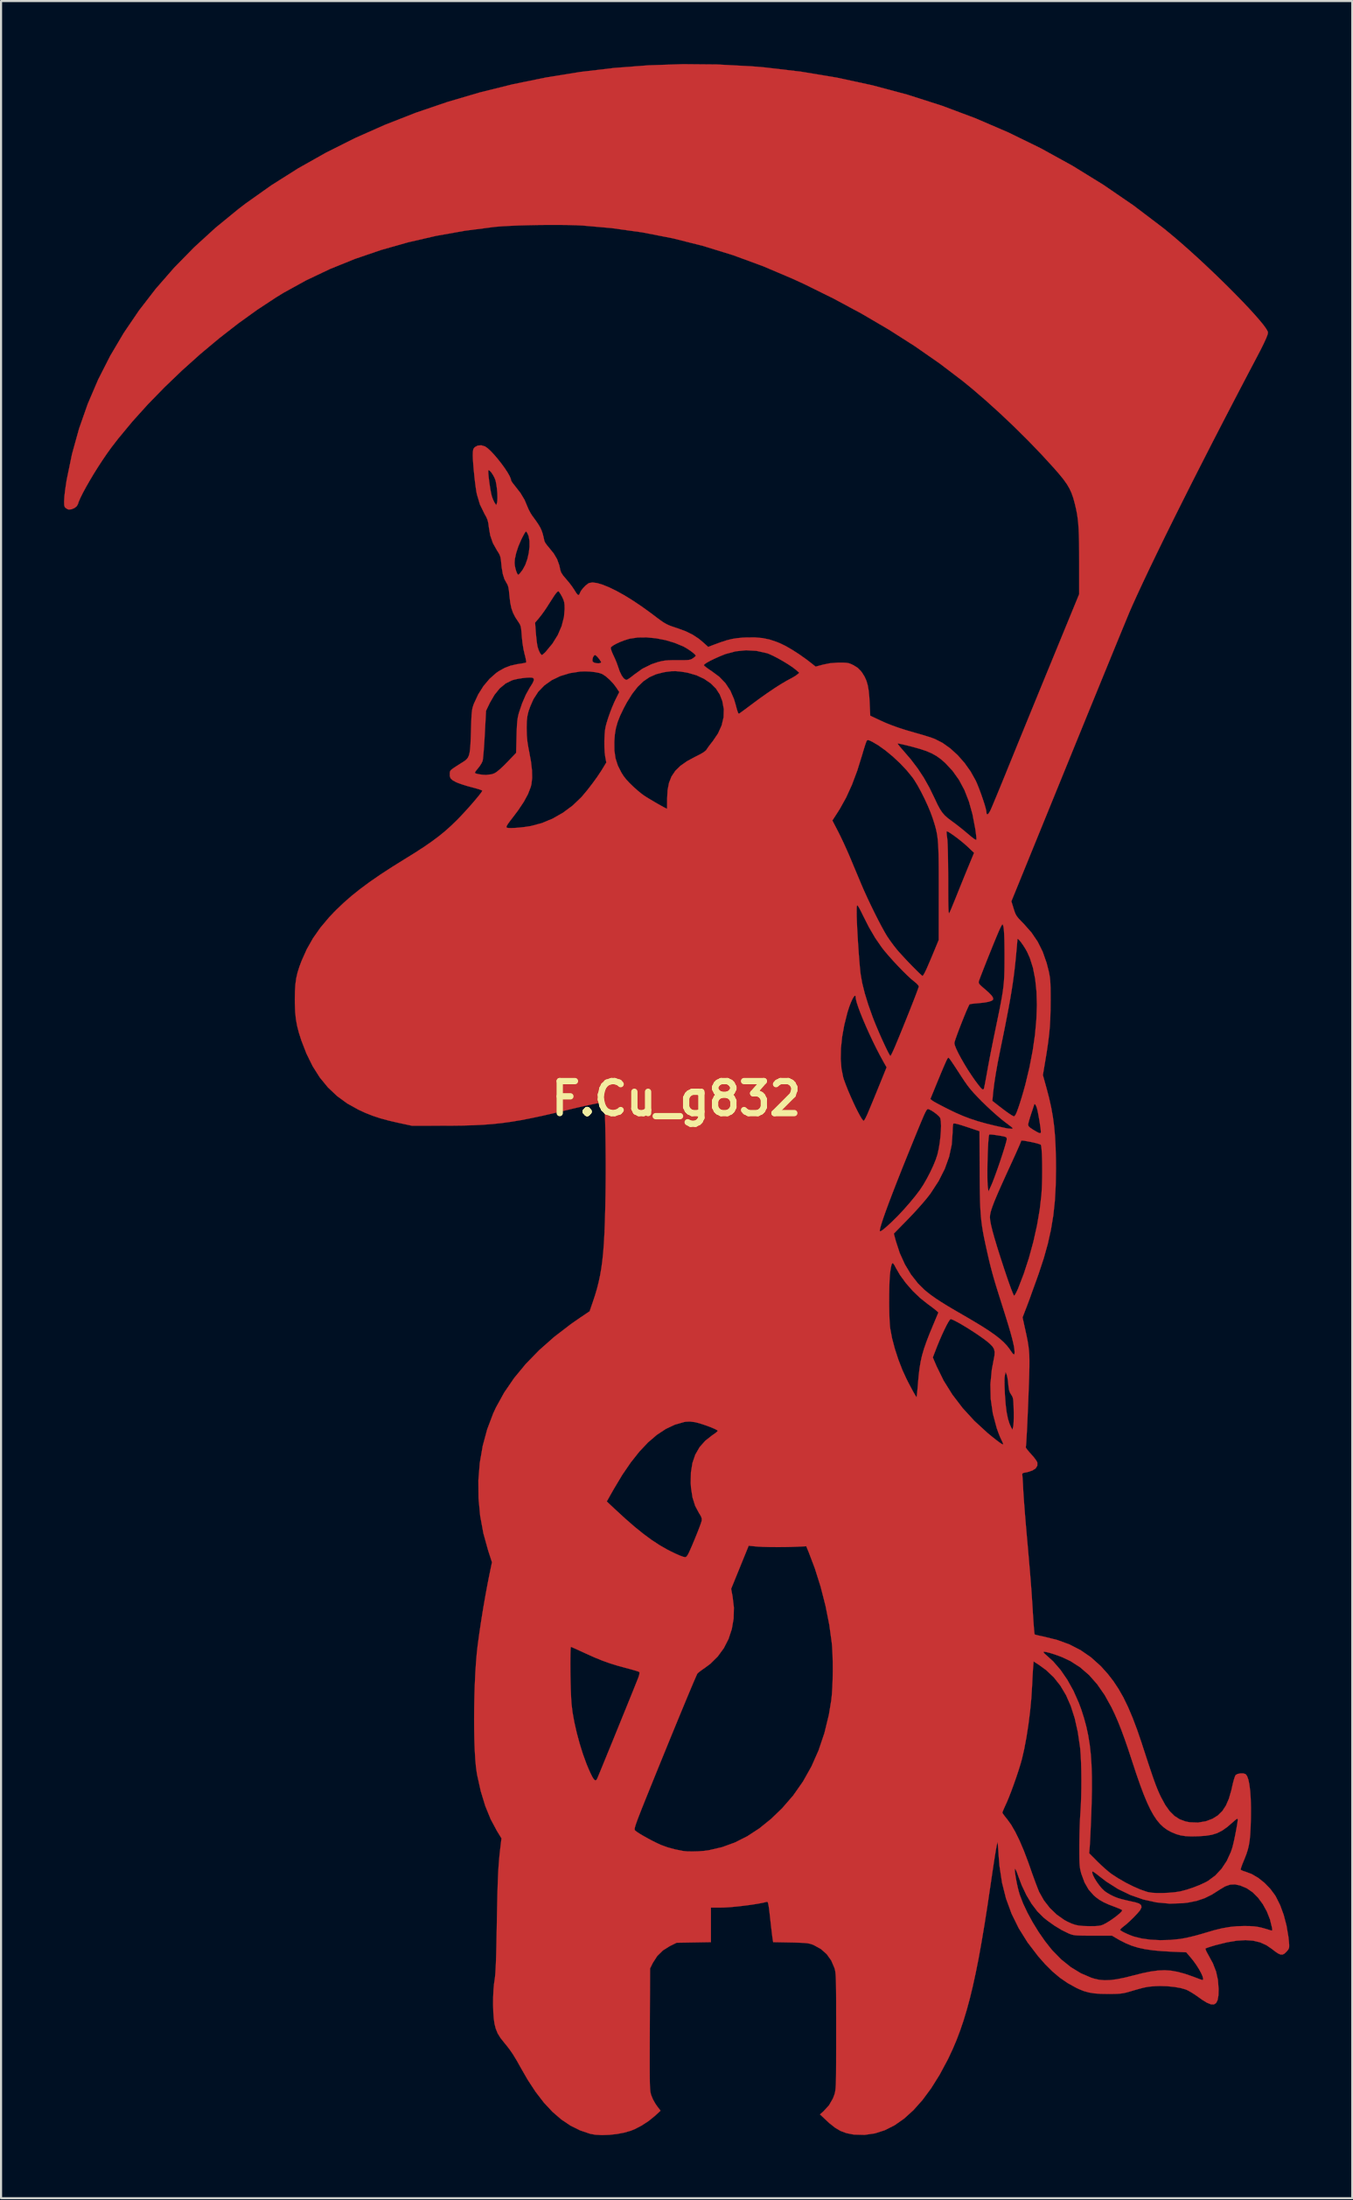
<source format=kicad_pcb>
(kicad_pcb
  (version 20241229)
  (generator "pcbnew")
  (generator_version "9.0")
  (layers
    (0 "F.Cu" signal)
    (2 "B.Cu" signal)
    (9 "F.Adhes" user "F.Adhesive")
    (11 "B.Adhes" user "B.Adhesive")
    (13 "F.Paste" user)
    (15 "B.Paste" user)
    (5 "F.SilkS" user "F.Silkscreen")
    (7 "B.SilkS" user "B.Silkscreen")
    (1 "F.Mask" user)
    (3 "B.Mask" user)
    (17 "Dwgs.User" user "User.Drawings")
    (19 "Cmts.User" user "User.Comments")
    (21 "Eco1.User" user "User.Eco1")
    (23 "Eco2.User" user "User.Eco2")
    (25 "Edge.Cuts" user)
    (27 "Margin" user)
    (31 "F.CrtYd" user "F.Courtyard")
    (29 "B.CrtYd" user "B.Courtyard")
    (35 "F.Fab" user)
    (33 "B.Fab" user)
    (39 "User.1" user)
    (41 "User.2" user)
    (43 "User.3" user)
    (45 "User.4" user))
  (footprint "F.Cu_g832"
    (layer "F.Cu")
    (at 29.171 49.265)
    (property "Reference" "F.Cu_g832" (at 0 0 0) (layer "F.SilkS") (effects (font (size 1.524 1.524) (thickness 0.3))))
    (attr through_hole)
    (fp_poly (pts (xy 1.963 -49.244) (xy 3.599 -49.157) (xy 4.214 -49.105) (xy 5.947 -48.902) (xy 7.659 -48.617) (xy 9.349 -48.252) (xy 11.014 -47.807) (xy 12.652 -47.283) (xy 14.26 -46.681) (xy 15.837 -46.002) (xy 17.38 -45.247) (xy 18.886 -44.417) (xy 20.354 -43.512) (xy 21.782 -42.534) (xy 23.167 -41.484) (xy 23.347 -41.339) (xy 23.688 -41.058) (xy 24.048 -40.749) (xy 24.422 -40.419) (xy 24.805 -40.073) (xy 25.191 -39.716) (xy 25.575 -39.352) (xy 25.953 -38.989) (xy 26.318 -38.629) (xy 26.665 -38.28) (xy 26.99 -37.946) (xy 27.287 -37.632) (xy 27.551 -37.343) (xy 27.777 -37.085) (xy 27.96 -36.864) (xy 28.093 -36.683) (xy 28.173 -36.549) (xy 28.194 -36.477) (xy 28.171 -36.374) (xy 28.104 -36.201) (xy 27.992 -35.958) (xy 27.837 -35.645) (xy 27.693 -35.37) (xy 27.141 -34.321) (xy 26.599 -33.284) (xy 26.069 -32.264) (xy 25.554 -31.266) (xy 25.057 -30.293) (xy 24.578 -29.352) (xy 24.122 -28.445) (xy 23.689 -27.579) (xy 23.283 -26.757) (xy 22.906 -25.984) (xy 22.559 -25.265) (xy 22.246 -24.605) (xy 21.968 -24.007) (xy 21.728 -23.477) (xy 21.643 -23.283) (xy 21.601 -23.187) (xy 21.53 -23.016) (xy 21.431 -22.776) (xy 21.305 -22.471) (xy 21.154 -22.105) (xy 20.981 -21.684) (xy 20.787 -21.21) (xy 20.574 -20.69) (xy 20.343 -20.126) (xy 20.097 -19.524) (xy 19.837 -18.889) (xy 19.565 -18.224) (xy 19.284 -17.534) (xy 18.994 -16.824) (xy 18.698 -16.097) (xy 18.689 -16.075) (xy 15.967 -9.396) (xy 16.074 -9.049) (xy 16.121 -8.902) (xy 16.166 -8.789) (xy 16.223 -8.691) (xy 16.303 -8.588) (xy 16.42 -8.462) (xy 16.567 -8.313) (xy 16.925 -7.908) (xy 17.22 -7.473) (xy 17.458 -6.996) (xy 17.645 -6.464) (xy 17.748 -6.061) (xy 17.777 -5.917) (xy 17.8 -5.779) (xy 17.816 -5.633) (xy 17.827 -5.462) (xy 17.833 -5.253) (xy 17.836 -4.989) (xy 17.837 -4.657) (xy 17.836 -4.636) (xy 17.832 -4.195) (xy 17.82 -3.8) (xy 17.799 -3.429) (xy 17.765 -3.061) (xy 17.718 -2.673) (xy 17.655 -2.243) (xy 17.582 -1.799) (xy 17.468 -1.121) (xy 17.644 -0.487) (xy 17.766 -0.021) (xy 17.865 0.424) (xy 17.944 0.866) (xy 18.004 1.318) (xy 18.047 1.798) (xy 18.074 2.32) (xy 18.089 2.899) (xy 18.092 3.344) (xy 18.079 4.138) (xy 18.038 4.872) (xy 17.964 5.565) (xy 17.853 6.238) (xy 17.703 6.91) (xy 17.51 7.6) (xy 17.27 8.329) (xy 17.148 8.671) (xy 17.068 8.891) (xy 16.994 9.095) (xy 16.933 9.263) (xy 16.893 9.377) (xy 16.886 9.398) (xy 16.85 9.499) (xy 16.792 9.655) (xy 16.721 9.843) (xy 16.667 9.983) (xy 16.499 10.419) (xy 16.632 11.02) (xy 16.694 11.305) (xy 16.743 11.552) (xy 16.779 11.776) (xy 16.804 11.993) (xy 16.82 12.218) (xy 16.826 12.468) (xy 16.825 12.758) (xy 16.817 13.103) (xy 16.806 13.449) (xy 16.789 13.903) (xy 16.773 14.347) (xy 16.755 14.774) (xy 16.738 15.176) (xy 16.721 15.543) (xy 16.705 15.869) (xy 16.689 16.146) (xy 16.676 16.364) (xy 16.664 16.517) (xy 16.655 16.595) (xy 16.652 16.604) (xy 16.671 16.646) (xy 16.737 16.734) (xy 16.838 16.853) (xy 16.903 16.924) (xy 17.027 17.065) (xy 17.128 17.197) (xy 17.192 17.3) (xy 17.204 17.331) (xy 17.203 17.48) (xy 17.123 17.606) (xy 16.969 17.708) (xy 16.744 17.782) (xy 16.649 17.8) (xy 16.538 17.823) (xy 16.49 17.856) (xy 16.485 17.918) (xy 16.489 17.942) (xy 16.497 18.027) (xy 16.507 18.175) (xy 16.519 18.368) (xy 16.529 18.585) (xy 16.53 18.605) (xy 16.54 18.776) (xy 16.556 19.017) (xy 16.578 19.316) (xy 16.604 19.657) (xy 16.634 20.028) (xy 16.667 20.416) (xy 16.699 20.786) (xy 16.748 21.33) (xy 16.789 21.801) (xy 16.824 22.211) (xy 16.855 22.57) (xy 16.881 22.89) (xy 16.904 23.183) (xy 16.924 23.459) (xy 16.943 23.73) (xy 16.961 24.008) (xy 16.98 24.304) (xy 16.993 24.524) (xy 17.011 24.802) (xy 17.029 25.05) (xy 17.045 25.257) (xy 17.059 25.41) (xy 17.071 25.498) (xy 17.075 25.513) (xy 17.124 25.531) (xy 17.237 25.56) (xy 17.396 25.595) (xy 17.513 25.619) (xy 18.155 25.779) (xy 18.737 25.992) (xy 19.266 26.264) (xy 19.75 26.597) (xy 20.198 26.997) (xy 20.272 27.073) (xy 20.562 27.397) (xy 20.827 27.739) (xy 21.073 28.11) (xy 21.305 28.518) (xy 21.526 28.973) (xy 21.743 29.484) (xy 21.96 30.06) (xy 22.182 30.709) (xy 22.203 30.776) (xy 22.354 31.241) (xy 22.483 31.634) (xy 22.593 31.964) (xy 22.686 32.239) (xy 22.767 32.469) (xy 22.838 32.663) (xy 22.903 32.829) (xy 22.964 32.976) (xy 23.025 33.113) (xy 23.089 33.249) (xy 23.093 33.257) (xy 23.297 33.633) (xy 23.508 33.93) (xy 23.735 34.156) (xy 23.985 34.317) (xy 24.265 34.42) (xy 24.457 34.458) (xy 24.854 34.474) (xy 25.239 34.41) (xy 25.554 34.29) (xy 25.806 34.133) (xy 26.017 33.926) (xy 26.191 33.661) (xy 26.333 33.332) (xy 26.449 32.931) (xy 26.48 32.791) (xy 26.527 32.585) (xy 26.576 32.407) (xy 26.621 32.274) (xy 26.655 32.209) (xy 26.744 32.159) (xy 26.878 32.133) (xy 27.017 32.133) (xy 27.123 32.165) (xy 27.124 32.165) (xy 27.196 32.256) (xy 27.258 32.425) (xy 27.308 32.667) (xy 27.346 32.977) (xy 27.371 33.348) (xy 27.382 33.776) (xy 27.379 34.255) (xy 27.377 34.327) (xy 27.365 34.718) (xy 27.347 35.041) (xy 27.321 35.312) (xy 27.283 35.547) (xy 27.232 35.763) (xy 27.164 35.976) (xy 27.076 36.201) (xy 27.046 36.274) (xy 26.976 36.444) (xy 26.924 36.587) (xy 26.895 36.684) (xy 26.892 36.714) (xy 26.939 36.748) (xy 27.041 36.789) (xy 27.121 36.813) (xy 27.421 36.926) (xy 27.728 37.107) (xy 28.026 37.344) (xy 28.297 37.622) (xy 28.525 37.928) (xy 28.567 37.997) (xy 28.77 38.4) (xy 28.941 38.866) (xy 29.075 39.376) (xy 29.166 39.912) (xy 29.19 40.136) (xy 29.203 40.3) (xy 29.202 40.407) (xy 29.182 40.481) (xy 29.136 40.55) (xy 29.083 40.612) (xy 28.983 40.711) (xy 28.889 40.759) (xy 28.785 40.755) (xy 28.659 40.697) (xy 28.495 40.582) (xy 28.387 40.496) (xy 28.115 40.31) (xy 27.818 40.177) (xy 27.489 40.098) (xy 27.121 40.071) (xy 26.708 40.097) (xy 26.241 40.175) (xy 25.716 40.305) (xy 25.633 40.329) (xy 25.463 40.38) (xy 25.324 40.426) (xy 25.236 40.459) (xy 25.217 40.47) (xy 25.221 40.519) (xy 25.263 40.618) (xy 25.334 40.749) (xy 25.349 40.774) (xy 25.569 41.179) (xy 25.72 41.57) (xy 25.808 41.97) (xy 25.84 42.4) (xy 25.84 42.418) (xy 25.831 42.71) (xy 25.793 42.925) (xy 25.723 43.065) (xy 25.618 43.132) (xy 25.473 43.128) (xy 25.286 43.052) (xy 25.051 42.908) (xy 24.903 42.801) (xy 24.72 42.672) (xy 24.534 42.555) (xy 24.37 42.463) (xy 24.28 42.422) (xy 24.032 42.352) (xy 23.727 42.299) (xy 23.388 42.266) (xy 23.041 42.256) (xy 22.839 42.263) (xy 22.672 42.274) (xy 22.53 42.288) (xy 22.395 42.309) (xy 22.248 42.34) (xy 22.073 42.386) (xy 21.849 42.449) (xy 21.611 42.52) (xy 21.449 42.565) (xy 21.306 42.597) (xy 21.16 42.617) (xy 20.988 42.629) (xy 20.769 42.634) (xy 20.595 42.635) (xy 20.229 42.629) (xy 19.925 42.607) (xy 19.664 42.565) (xy 19.425 42.499) (xy 19.188 42.404) (xy 19.044 42.335) (xy 18.647 42.115) (xy 18.278 41.861) (xy 17.924 41.563) (xy 17.568 41.208) (xy 17.237 40.831) (xy 16.737 40.177) (xy 16.318 39.506) (xy 15.977 38.813) (xy 15.712 38.09) (xy 15.521 37.332) (xy 15.426 36.704) (xy 16.131 36.704) (xy 16.134 36.801) (xy 16.153 36.949) (xy 16.183 37.132) (xy 16.221 37.335) (xy 16.266 37.542) (xy 16.314 37.736) (xy 16.363 37.903) (xy 16.365 37.91) (xy 16.522 38.32) (xy 16.732 38.765) (xy 16.983 39.226) (xy 17.263 39.681) (xy 17.562 40.112) (xy 17.866 40.498) (xy 17.919 40.56) (xy 18.345 40.994) (xy 18.8 41.359) (xy 19.276 41.649) (xy 19.768 41.86) (xy 19.918 41.908) (xy 20.156 41.961) (xy 20.41 41.983) (xy 20.691 41.973) (xy 21.013 41.93) (xy 21.389 41.853) (xy 21.738 41.765) (xy 22.196 41.65) (xy 22.592 41.568) (xy 22.943 41.52) (xy 23.266 41.505) (xy 23.578 41.526) (xy 23.894 41.583) (xy 24.233 41.675) (xy 24.61 41.805) (xy 24.818 41.883) (xy 24.965 41.939) (xy 25.05 41.966) (xy 25.091 41.964) (xy 25.103 41.936) (xy 25.104 41.905) (xy 25.078 41.797) (xy 25.01 41.641) (xy 24.907 41.454) (xy 24.782 41.256) (xy 24.643 41.062) (xy 24.552 40.948) (xy 24.3 40.651) (xy 23.633 40.623) (xy 23.133 40.595) (xy 22.704 40.555) (xy 22.332 40.501) (xy 22.002 40.429) (xy 21.7 40.336) (xy 21.414 40.217) (xy 21.128 40.072) (xy 21.018 40.009) (xy 20.765 39.86) (xy 19.854 39.859) (xy 19.553 39.858) (xy 19.322 39.855) (xy 19.149 39.85) (xy 19.019 39.841) (xy 18.918 39.826) (xy 18.834 39.805) (xy 18.752 39.775) (xy 18.682 39.746) (xy 18.364 39.59) (xy 18.021 39.382) (xy 17.682 39.141) (xy 17.497 38.992) (xy 17.209 38.705) (xy 16.934 38.345) (xy 16.683 37.926) (xy 16.461 37.46) (xy 16.3 37.033) (xy 16.244 36.875) (xy 16.192 36.751) (xy 16.154 36.681) (xy 16.144 36.673) (xy 16.131 36.704) (xy 15.426 36.704) (xy 15.4 36.531) (xy 15.365 36.101) (xy 15.35 35.87) (xy 15.336 35.671) (xy 15.324 35.518) (xy 15.314 35.425) (xy 15.31 35.404) (xy 15.295 35.437) (xy 15.27 35.552) (xy 15.234 35.75) (xy 15.187 36.029) (xy 15.131 36.388) (xy 15.064 36.828) (xy 14.988 37.346) (xy 14.964 37.507) (xy 14.82 38.478) (xy 14.679 39.37) (xy 14.541 40.19) (xy 14.405 40.942) (xy 14.267 41.633) (xy 14.128 42.269) (xy 13.986 42.855) (xy 13.839 43.397) (xy 13.686 43.902) (xy 13.526 44.374) (xy 13.357 44.821) (xy 13.177 45.246) (xy 12.985 45.658) (xy 12.934 45.762) (xy 12.547 46.483) (xy 12.145 47.125) (xy 11.73 47.686) (xy 11.301 48.167) (xy 10.859 48.567) (xy 10.406 48.885) (xy 9.941 49.121) (xy 9.465 49.274) (xy 8.979 49.344) (xy 8.483 49.331) (xy 8.416 49.323) (xy 8.109 49.262) (xy 7.834 49.16) (xy 7.571 49.006) (xy 7.299 48.791) (xy 7.194 48.694) (xy 6.849 48.37) (xy 7.019 48.22) (xy 7.279 47.935) (xy 7.468 47.606) (xy 7.536 47.423) (xy 7.553 47.365) (xy 7.567 47.305) (xy 7.579 47.235) (xy 7.59 47.15) (xy 7.598 47.042) (xy 7.605 46.904) (xy 7.61 46.731) (xy 7.614 46.515) (xy 7.616 46.249) (xy 7.618 45.928) (xy 7.619 45.543) (xy 7.62 45.089) (xy 7.62 44.559) (xy 7.62 44.408) (xy 7.62 43.856) (xy 7.619 43.383) (xy 7.619 42.981) (xy 7.617 42.644) (xy 7.614 42.364) (xy 7.611 42.136) (xy 7.606 41.952) (xy 7.6 41.806) (xy 7.592 41.691) (xy 7.582 41.601) (xy 7.571 41.528) (xy 7.557 41.466) (xy 7.54 41.409) (xy 7.536 41.396) (xy 7.384 41.04) (xy 7.167 40.737) (xy 6.888 40.492) (xy 6.549 40.306) (xy 6.519 40.294) (xy 6.429 40.261) (xy 6.336 40.236) (xy 6.225 40.217) (xy 6.082 40.204) (xy 5.892 40.195) (xy 5.641 40.187) (xy 5.453 40.183) (xy 4.619 40.167) (xy 4.598 40.054) (xy 4.587 39.979) (xy 4.568 39.834) (xy 4.544 39.634) (xy 4.516 39.394) (xy 4.486 39.13) (xy 4.481 39.084) (xy 4.448 38.791) (xy 4.421 38.572) (xy 4.398 38.418) (xy 4.377 38.319) (xy 4.356 38.264) (xy 4.334 38.245) (xy 4.321 38.246) (xy 4.126 38.293) (xy 3.867 38.341) (xy 3.563 38.389) (xy 3.233 38.432) (xy 2.898 38.47) (xy 2.576 38.5) (xy 2.289 38.518) (xy 2.086 38.523) (xy 1.651 38.523) (xy 1.651 40.167) (xy 0.016 40.196) (xy -0.306 40.355) (xy -0.636 40.562) (xy -0.905 40.826) (xy -1.115 41.152) (xy -1.131 41.182) (xy -1.249 41.423) (xy -1.261 44.319) (xy -1.263 44.886) (xy -1.264 45.374) (xy -1.265 45.79) (xy -1.265 46.141) (xy -1.264 46.433) (xy -1.262 46.673) (xy -1.259 46.867) (xy -1.254 47.021) (xy -1.247 47.142) (xy -1.239 47.237) (xy -1.229 47.311) (xy -1.216 47.372) (xy -1.202 47.426) (xy -1.186 47.473) (xy -1.111 47.652) (xy -1.005 47.843) (xy -0.925 47.963) (xy -0.749 48.194) (xy -1.032 48.453) (xy -1.321 48.687) (xy -1.648 48.9) (xy -1.981 49.073) (xy -2.17 49.149) (xy -2.482 49.238) (xy -2.83 49.304) (xy -3.191 49.343) (xy -3.541 49.355) (xy -3.857 49.338) (xy -4.098 49.295) (xy -4.581 49.131) (xy -5.039 48.904) (xy -5.476 48.611) (xy -5.896 48.249) (xy -6.301 47.815) (xy -6.695 47.305) (xy -7.081 46.716) (xy -7.41 46.143) (xy -7.601 45.803) (xy -7.772 45.522) (xy -7.936 45.282) (xy -8.106 45.062) (xy -8.188 44.964) (xy -8.377 44.726) (xy -8.511 44.507) (xy -8.602 44.281) (xy -8.661 44.042) (xy -8.695 43.795) (xy -8.717 43.488) (xy -8.727 43.146) (xy -8.724 42.792) (xy -8.709 42.451) (xy -8.681 42.147) (xy -8.659 41.995) (xy -8.642 41.881) (xy -8.627 41.742) (xy -8.614 41.57) (xy -8.602 41.357) (xy -8.591 41.097) (xy -8.581 40.783) (xy -8.571 40.407) (xy -8.562 39.961) (xy -8.552 39.44) (xy -8.55 39.328) (xy -8.54 38.75) (xy -8.529 38.248) (xy -8.519 37.811) (xy -8.507 37.432) (xy -8.495 37.1) (xy -8.481 36.807) (xy -8.465 36.543) (xy -8.446 36.299) (xy -8.425 36.066) (xy -8.4 35.833) (xy -8.379 35.654) (xy -8.327 35.224) (xy -8.545 34.868) (xy -8.579 34.804) (xy -1.983 34.804) (xy -1.976 34.827) (xy -1.965 34.844) (xy -1.963 34.847) (xy -1.885 34.91) (xy -1.747 35.001) (xy -1.565 35.109) (xy -1.357 35.225) (xy -1.138 35.342) (xy -0.925 35.448) (xy -0.735 35.535) (xy -0.716 35.543) (xy -0.406 35.655) (xy -0.046 35.752) (xy 0.328 35.826) (xy 0.339 35.828) (xy 0.532 35.846) (xy 0.78 35.85) (xy 1.052 35.842) (xy 1.319 35.822) (xy 1.55 35.791) (xy 2.183 35.644) (xy 2.793 35.423) (xy 3.383 35.126) (xy 3.958 34.751) (xy 4.522 34.296) (xy 4.828 34.001) (xy 15.536 34.001) (xy 15.562 34.048) (xy 15.63 34.143) (xy 15.727 34.268) (xy 15.773 34.323) (xy 15.96 34.583) (xy 16.155 34.922) (xy 16.357 35.334) (xy 16.562 35.815) (xy 16.768 36.358) (xy 16.852 36.597) (xy 16.95 36.878) (xy 17.049 37.151) (xy 17.141 37.4) (xy 17.221 37.607) (xy 17.281 37.756) (xy 17.293 37.782) (xy 17.514 38.175) (xy 17.797 38.539) (xy 18.127 38.856) (xy 18.489 39.112) (xy 18.644 39.196) (xy 18.831 39.281) (xy 18.999 39.34) (xy 19.172 39.378) (xy 19.375 39.398) (xy 19.632 39.406) (xy 19.706 39.407) (xy 19.935 39.406) (xy 20.101 39.395) (xy 20.226 39.374) (xy 20.331 39.338) (xy 20.352 39.329) (xy 20.498 39.252) (xy 20.665 39.149) (xy 20.835 39.032) (xy 20.995 38.911) (xy 21.127 38.8) (xy 21.218 38.709) (xy 21.251 38.649) (xy 21.214 38.621) (xy 21.115 38.574) (xy 20.971 38.516) (xy 20.892 38.486) (xy 20.592 38.371) (xy 20.355 38.262) (xy 20.159 38.149) (xy 19.985 38.02) (xy 19.888 37.935) (xy 19.647 37.662) (xy 19.454 37.326) (xy 19.305 36.922) (xy 19.294 36.886) (xy 19.289 36.865) (xy 19.819 36.865) (xy 19.855 36.978) (xy 19.928 37.124) (xy 20.028 37.287) (xy 20.146 37.452) (xy 20.271 37.604) (xy 20.395 37.725) (xy 20.399 37.729) (xy 20.511 37.808) (xy 20.664 37.899) (xy 20.798 37.967) (xy 20.904 38.015) (xy 21.011 38.057) (xy 21.133 38.096) (xy 21.285 38.137) (xy 21.484 38.185) (xy 21.743 38.243) (xy 21.879 38.273) (xy 22.055 38.33) (xy 22.151 38.408) (xy 22.166 38.511) (xy 22.104 38.639) (xy 22.089 38.66) (xy 21.961 38.81) (xy 21.793 38.987) (xy 21.609 39.166) (xy 21.432 39.324) (xy 21.309 39.421) (xy 21.212 39.5) (xy 21.155 39.564) (xy 21.15 39.589) (xy 21.207 39.635) (xy 21.323 39.7) (xy 21.477 39.773) (xy 21.648 39.845) (xy 21.8 39.9) (xy 22.17 39.992) (xy 22.596 40.051) (xy 23.058 40.075) (xy 23.533 40.063) (xy 24 40.016) (xy 24.286 39.966) (xy 24.519 39.913) (xy 24.791 39.844) (xy 25.058 39.769) (xy 25.188 39.73) (xy 25.625 39.601) (xy 26.008 39.508) (xy 26.36 39.446) (xy 26.702 39.411) (xy 27.056 39.4) (xy 27.072 39.4) (xy 27.329 39.404) (xy 27.54 39.417) (xy 27.731 39.444) (xy 27.932 39.49) (xy 28.17 39.559) (xy 28.313 39.604) (xy 28.375 39.618) (xy 28.398 39.594) (xy 28.391 39.511) (xy 28.384 39.471) (xy 28.289 39.084) (xy 28.141 38.709) (xy 27.949 38.36) (xy 27.722 38.052) (xy 27.469 37.798) (xy 27.2 37.612) (xy 27.16 37.591) (xy 26.873 37.471) (xy 26.623 37.416) (xy 26.39 37.428) (xy 26.158 37.508) (xy 25.908 37.656) (xy 25.895 37.665) (xy 25.524 37.901) (xy 25.169 38.076) (xy 24.803 38.199) (xy 24.4 38.281) (xy 24.146 38.312) (xy 23.517 38.334) (xy 22.884 38.275) (xy 22.256 38.137) (xy 21.641 37.923) (xy 21.047 37.636) (xy 20.482 37.277) (xy 20.161 37.029) (xy 20.025 36.922) (xy 19.915 36.843) (xy 19.844 36.802) (xy 19.828 36.8) (xy 19.819 36.865) (xy 19.289 36.865) (xy 19.264 36.77) (xy 19.241 36.659) (xy 19.225 36.538) (xy 19.214 36.394) (xy 19.208 36.212) (xy 19.205 35.977) (xy 19.205 35.676) (xy 19.205 35.581) (xy 19.208 35.256) (xy 19.215 34.917) (xy 19.226 34.587) (xy 19.239 34.29) (xy 19.253 34.051) (xy 19.256 34.015) (xy 19.277 33.675) (xy 19.292 33.287) (xy 19.301 32.869) (xy 19.303 32.438) (xy 19.299 32.014) (xy 19.288 31.614) (xy 19.271 31.257) (xy 19.248 30.96) (xy 19.24 30.889) (xy 19.133 30.163) (xy 18.987 29.51) (xy 18.8 28.926) (xy 18.572 28.407) (xy 18.3 27.95) (xy 17.983 27.552) (xy 17.617 27.207) (xy 17.265 26.952) (xy 17.025 26.799) (xy 17.001 27.105) (xy 16.99 27.271) (xy 16.977 27.492) (xy 16.964 27.738) (xy 16.954 27.961) (xy 16.917 28.556) (xy 16.857 29.18) (xy 16.778 29.808) (xy 16.683 30.419) (xy 16.575 30.99) (xy 16.468 31.453) (xy 16.399 31.697) (xy 16.307 31.993) (xy 16.198 32.32) (xy 16.08 32.656) (xy 15.961 32.98) (xy 15.848 33.272) (xy 15.748 33.51) (xy 15.722 33.566) (xy 15.645 33.735) (xy 15.583 33.876) (xy 15.545 33.971) (xy 15.536 34.001) (xy 4.828 34.001) (xy 5.044 33.793) (xy 5.572 33.184) (xy 6.039 32.518) (xy 6.444 31.797) (xy 6.785 31.026) (xy 7.061 30.205) (xy 7.272 29.339) (xy 7.388 28.637) (xy 7.417 28.359) (xy 7.438 28.018) (xy 7.452 27.635) (xy 7.458 27.231) (xy 7.456 26.828) (xy 7.445 26.446) (xy 7.44 26.345) (xy 17.498 26.345) (xy 17.51 26.386) (xy 17.573 26.451) (xy 17.594 26.468) (xy 17.961 26.8) (xy 18.31 27.205) (xy 18.633 27.675) (xy 18.925 28.2) (xy 19.178 28.769) (xy 19.295 29.083) (xy 19.427 29.496) (xy 19.538 29.907) (xy 19.628 30.326) (xy 19.699 30.763) (xy 19.751 31.227) (xy 19.785 31.729) (xy 19.802 32.279) (xy 19.804 32.886) (xy 19.79 33.56) (xy 19.774 34.057) (xy 19.76 34.394) (xy 19.746 34.718) (xy 19.733 35.016) (xy 19.72 35.274) (xy 19.709 35.478) (xy 19.7 35.613) (xy 19.699 35.631) (xy 19.673 35.934) (xy 20.071 36.333) (xy 20.249 36.505) (xy 20.437 36.675) (xy 20.611 36.823) (xy 20.743 36.924) (xy 21.069 37.136) (xy 21.42 37.337) (xy 21.777 37.516) (xy 22.117 37.664) (xy 22.42 37.769) (xy 22.488 37.787) (xy 22.662 37.815) (xy 22.896 37.829) (xy 23.167 37.829) (xy 23.452 37.817) (xy 23.728 37.793) (xy 23.971 37.758) (xy 24.036 37.745) (xy 24.324 37.669) (xy 24.634 37.566) (xy 24.938 37.447) (xy 25.206 37.323) (xy 25.339 37.25) (xy 25.68 36.997) (xy 25.98 36.677) (xy 26.231 36.298) (xy 26.426 35.872) (xy 26.495 35.666) (xy 26.534 35.515) (xy 26.58 35.318) (xy 26.627 35.094) (xy 26.671 34.865) (xy 26.71 34.651) (xy 26.739 34.472) (xy 26.754 34.347) (xy 26.755 34.321) (xy 26.742 34.29) (xy 26.699 34.305) (xy 26.614 34.37) (xy 26.517 34.456) (xy 26.252 34.685) (xy 26.012 34.854) (xy 25.776 34.974) (xy 25.522 35.054) (xy 25.228 35.101) (xy 24.873 35.125) (xy 24.871 35.125) (xy 24.539 35.132) (xy 24.269 35.119) (xy 24.039 35.085) (xy 23.827 35.025) (xy 23.611 34.936) (xy 23.586 34.925) (xy 23.395 34.821) (xy 23.219 34.695) (xy 23.053 34.54) (xy 22.895 34.35) (xy 22.741 34.12) (xy 22.588 33.843) (xy 22.432 33.514) (xy 22.271 33.126) (xy 22.101 32.673) (xy 21.919 32.15) (xy 21.721 31.55) (xy 21.717 31.538) (xy 21.534 30.98) (xy 21.365 30.493) (xy 21.207 30.064) (xy 21.055 29.682) (xy 20.905 29.335) (xy 20.751 29.012) (xy 20.739 28.987) (xy 20.41 28.395) (xy 20.053 27.882) (xy 19.665 27.444) (xy 19.244 27.08) (xy 18.787 26.786) (xy 18.407 26.606) (xy 18.19 26.522) (xy 17.979 26.449) (xy 17.788 26.391) (xy 17.633 26.353) (xy 17.53 26.339) (xy 17.498 26.345) (xy 7.44 26.345) (xy 7.427 26.107) (xy 7.412 25.929) (xy 7.292 25.055) (xy 7.112 24.152) (xy 6.881 23.248) (xy 6.603 22.368) (xy 6.316 21.611) (xy 6.194 21.315) (xy 5.774 21.336) (xy 5.464 21.348) (xy 5.125 21.355) (xy 4.776 21.356) (xy 4.44 21.353) (xy 4.136 21.345) (xy 3.885 21.332) (xy 3.789 21.324) (xy 3.45 21.291) (xy 3.032 22.318) (xy 2.614 23.345) (xy 2.683 23.706) (xy 2.746 24.237) (xy 2.733 24.757) (xy 2.647 25.258) (xy 2.49 25.731) (xy 2.266 26.169) (xy 1.977 26.564) (xy 1.627 26.91) (xy 1.358 27.11) (xy 1.215 27.209) (xy 1.093 27.3) (xy 1.016 27.367) (xy 1.01 27.374) (xy 0.984 27.424) (xy 0.929 27.547) (xy 0.846 27.737) (xy 0.739 27.989) (xy 0.61 28.297) (xy 0.46 28.655) (xy 0.293 29.058) (xy 0.11 29.501) (xy -0.086 29.977) (xy -0.293 30.481) (xy -0.508 31.008) (xy -0.549 31.108) (xy -0.801 31.726) (xy -1.022 32.27) (xy -1.215 32.746) (xy -1.381 33.157) (xy -1.523 33.509) (xy -1.642 33.807) (xy -1.739 34.055) (xy -1.818 34.258) (xy -1.878 34.421) (xy -1.923 34.549) (xy -1.954 34.646) (xy -1.974 34.718) (xy -1.982 34.769) (xy -1.983 34.804) (xy -8.579 34.804) (xy -8.843 34.312) (xy -9.099 33.684) (xy -9.313 32.984) (xy -9.485 32.211) (xy -9.503 32.11) (xy -9.543 31.824) (xy -9.575 31.466) (xy -9.6 31.046) (xy -9.618 30.577) (xy -9.628 30.069) (xy -9.631 29.535) (xy -9.627 28.985) (xy -9.616 28.431) (xy -9.598 27.885) (xy -9.574 27.359) (xy -9.545 26.91) (xy -5.047 26.91) (xy -5.046 27.197) (xy -5.042 27.499) (xy -5.035 27.805) (xy -5.027 28.103) (xy -5.016 28.381) (xy -5.004 28.628) (xy -4.992 28.806) (xy -4.942 29.224) (xy -4.857 29.694) (xy -4.743 30.195) (xy -4.606 30.704) (xy -4.452 31.199) (xy -4.285 31.659) (xy -4.195 31.878) (xy -4.083 32.13) (xy -3.993 32.308) (xy -3.922 32.417) (xy -3.864 32.463) (xy -3.815 32.452) (xy -3.774 32.396) (xy -3.751 32.344) (xy -3.7 32.222) (xy -3.624 32.039) (xy -3.527 31.802) (xy -3.411 31.52) (xy -3.281 31.201) (xy -3.139 30.855) (xy -2.989 30.488) (xy -2.835 30.109) (xy -2.68 29.728) (xy -2.527 29.351) (xy -2.379 28.989) (xy -2.241 28.648) (xy -2.115 28.337) (xy -2.005 28.065) (xy -1.915 27.839) (xy -1.847 27.67) (xy -1.805 27.563) (xy -1.799 27.546) (xy -1.758 27.409) (xy -1.753 27.321) (xy -1.762 27.304) (xy -1.815 27.28) (xy -1.935 27.24) (xy -2.104 27.191) (xy -2.307 27.135) (xy -2.372 27.119) (xy -2.789 27.006) (xy -3.162 26.89) (xy -3.519 26.763) (xy -3.888 26.613) (xy -4.297 26.429) (xy -4.339 26.41) (xy -4.554 26.311) (xy -4.743 26.225) (xy -4.893 26.159) (xy -4.989 26.117) (xy -5.016 26.107) (xy -5.028 26.145) (xy -5.037 26.256) (xy -5.043 26.428) (xy -5.046 26.65) (xy -5.047 26.91) (xy -9.545 26.91) (xy -9.542 26.863) (xy -9.504 26.41) (xy -9.462 26.035) (xy -9.385 25.474) (xy -9.295 24.872) (xy -9.196 24.256) (xy -9.091 23.653) (xy -8.986 23.089) (xy -8.92 22.754) (xy -8.78 22.077) (xy -8.96 21.526) (xy -9.189 20.7) (xy -9.343 19.861) (xy -9.407 19.183) (xy -3.311 19.183) (xy -2.9 19.569) (xy -2.415 20.014) (xy -1.973 20.398) (xy -1.564 20.728) (xy -1.18 21.011) (xy -0.813 21.253) (xy -0.452 21.461) (xy -0.275 21.552) (xy -0.029 21.671) (xy 0.175 21.76) (xy 0.327 21.816) (xy 0.417 21.835) (xy 0.423 21.835) (xy 0.462 21.824) (xy 0.5 21.793) (xy 0.543 21.732) (xy 0.597 21.632) (xy 0.666 21.482) (xy 0.757 21.273) (xy 0.859 21.029) (xy 0.962 20.778) (xy 1.054 20.546) (xy 1.13 20.347) (xy 1.184 20.195) (xy 1.212 20.104) (xy 1.213 20.097) (xy 1.215 19.999) (xy 1.181 19.896) (xy 1.102 19.761) (xy 1.084 19.735) (xy 0.902 19.394) (xy 0.776 18.995) (xy 0.704 18.535) (xy 0.69 18.309) (xy 0.699 17.803) (xy 0.771 17.351) (xy 0.908 16.951) (xy 1.111 16.599) (xy 1.381 16.293) (xy 1.72 16.027) (xy 1.74 16.014) (xy 1.861 15.93) (xy 1.946 15.859) (xy 1.977 15.816) (xy 1.976 15.815) (xy 1.93 15.777) (xy 1.82 15.722) (xy 1.665 15.656) (xy 1.482 15.586) (xy 1.288 15.519) (xy 1.103 15.46) (xy 0.942 15.418) (xy 0.882 15.405) (xy 0.653 15.377) (xy 0.456 15.386) (xy 0.373 15.4) (xy -0.067 15.526) (xy -0.498 15.729) (xy -0.922 16.008) (xy -1.34 16.366) (xy -1.754 16.803) (xy -2.165 17.321) (xy -2.575 17.92) (xy -2.984 18.604) (xy -2.985 18.605) (xy -3.311 19.183) (xy -9.407 19.183) (xy -9.422 19.017) (xy -9.428 18.175) (xy -9.361 17.344) (xy -9.22 16.531) (xy -9.007 15.744) (xy -8.722 14.992) (xy -8.592 14.711) (xy -8.199 13.999) (xy -7.724 13.306) (xy -7.168 12.633) (xy -6.531 11.979) (xy -5.814 11.346) (xy -5.017 10.735) (xy -4.572 10.426) (xy -4.128 10.128) (xy -3.97 9.668) (xy -3.963 9.648) (xy 10.143 9.648) (xy 10.146 9.991) (xy 10.153 10.315) (xy 10.165 10.601) (xy 10.181 10.832) (xy 10.194 10.943) (xy 10.281 11.408) (xy 10.414 11.912) (xy 10.582 12.428) (xy 10.777 12.93) (xy 10.965 13.338) (xy 11.081 13.567) (xy 11.193 13.778) (xy 11.292 13.961) (xy 11.373 14.102) (xy 11.429 14.191) (xy 11.453 14.215) (xy 11.461 14.171) (xy 11.473 14.057) (xy 11.489 13.889) (xy 11.507 13.683) (xy 11.515 13.589) (xy 11.55 13.188) (xy 11.592 12.84) (xy 11.645 12.524) (xy 11.69 12.325) (xy 12.223 12.325) (xy 12.4 12.738) (xy 12.738 13.427) (xy 13.155 14.095) (xy 13.646 14.738) (xy 14.207 15.349) (xy 14.833 15.923) (xy 15.047 16.099) (xy 15.25 16.259) (xy 15.397 16.37) (xy 15.495 16.437) (xy 15.553 16.464) (xy 15.577 16.457) (xy 15.579 16.445) (xy 15.561 16.398) (xy 15.517 16.3) (xy 15.479 16.223) (xy 15.416 16.083) (xy 15.344 15.899) (xy 15.276 15.708) (xy 15.268 15.684) (xy 15.084 14.994) (xy 14.984 14.302) (xy 14.968 13.605) (xy 14.979 13.49) (xy 15.638 13.49) (xy 15.643 13.741) (xy 15.656 14.044) (xy 15.66 14.118) (xy 15.694 14.562) (xy 15.74 14.931) (xy 15.801 15.235) (xy 15.878 15.483) (xy 15.947 15.637) (xy 16.017 15.769) (xy 16.055 15.622) (xy 16.068 15.527) (xy 16.077 15.367) (xy 16.082 15.162) (xy 16.081 14.933) (xy 16.079 14.86) (xy 16.072 14.617) (xy 16.064 14.443) (xy 16.052 14.321) (xy 16.032 14.234) (xy 16.004 14.167) (xy 15.963 14.102) (xy 15.955 14.09) (xy 15.892 13.982) (xy 15.853 13.857) (xy 15.828 13.687) (xy 15.82 13.601) (xy 15.801 13.423) (xy 15.775 13.262) (xy 15.747 13.151) (xy 15.744 13.142) (xy 15.694 13.018) (xy 15.655 13.187) (xy 15.642 13.302) (xy 15.638 13.49) (xy 14.979 13.49) (xy 15.036 12.9) (xy 15.117 12.472) (xy 15.162 12.237) (xy 15.171 12.06) (xy 15.139 11.918) (xy 15.057 11.79) (xy 14.92 11.654) (xy 14.845 11.59) (xy 14.687 11.467) (xy 14.491 11.327) (xy 14.27 11.176) (xy 14.035 11.024) (xy 13.8 10.877) (xy 13.578 10.744) (xy 13.379 10.633) (xy 13.219 10.55) (xy 13.108 10.505) (xy 13.075 10.499) (xy 13.031 10.536) (xy 12.961 10.642) (xy 12.872 10.804) (xy 12.769 11.013) (xy 12.656 11.256) (xy 12.54 11.523) (xy 12.425 11.803) (xy 12.384 11.909) (xy 12.223 12.325) (xy 11.69 12.325) (xy 11.713 12.223) (xy 11.802 11.918) (xy 11.916 11.589) (xy 12.059 11.218) (xy 12.198 10.882) (xy 12.491 10.181) (xy 12.37 10.075) (xy 12.274 9.998) (xy 12.137 9.894) (xy 11.988 9.785) (xy 11.979 9.779) (xy 11.617 9.491) (xy 11.265 9.153) (xy 10.943 8.785) (xy 10.666 8.407) (xy 10.468 8.067) (xy 10.392 7.924) (xy 10.335 7.846) (xy 10.293 7.838) (xy 10.258 7.903) (xy 10.226 8.046) (xy 10.195 8.24) (xy 10.176 8.422) (xy 10.161 8.672) (xy 10.151 8.97) (xy 10.145 9.302) (xy 10.143 9.648) (xy -3.963 9.648) (xy -3.866 9.353) (xy -3.775 9.045) (xy -3.697 8.736) (xy -3.629 8.417) (xy -3.571 8.081) (xy -3.522 7.72) (xy -3.481 7.326) (xy -3.448 6.891) (xy -3.422 6.428) (xy 10.366 6.428) (xy 10.461 6.781) (xy 10.649 7.357) (xy 10.893 7.893) (xy 11.186 8.38) (xy 11.522 8.807) (xy 11.821 9.102) (xy 11.989 9.241) (xy 12.172 9.381) (xy 12.382 9.528) (xy 12.627 9.688) (xy 12.918 9.868) (xy 13.265 10.074) (xy 13.674 10.311) (xy 14.147 10.587) (xy 14.551 10.831) (xy 14.892 11.05) (xy 15.176 11.248) (xy 15.411 11.43) (xy 15.602 11.601) (xy 15.758 11.766) (xy 15.884 11.93) (xy 15.918 11.982) (xy 16.015 12.12) (xy 16.079 12.181) (xy 16.114 12.164) (xy 16.122 12.068) (xy 16.111 11.938) (xy 16.09 11.794) (xy 16.052 11.615) (xy 15.998 11.396) (xy 15.924 11.127) (xy 15.828 10.802) (xy 15.709 10.413) (xy 15.564 9.952) (xy 15.54 9.876) (xy 15.405 9.451) (xy 15.292 9.091) (xy 15.198 8.784) (xy 15.119 8.514) (xy 15.05 8.266) (xy 14.987 8.028) (xy 14.926 7.783) (xy 14.864 7.519) (xy 14.801 7.239) (xy 14.726 6.9) (xy 14.663 6.598) (xy 14.611 6.322) (xy 14.569 6.06) (xy 14.535 5.799) (xy 14.521 5.655) (xy 14.944 5.655) (xy 14.957 5.806) (xy 14.998 6.021) (xy 15.067 6.304) (xy 15.165 6.655) (xy 15.292 7.078) (xy 15.449 7.574) (xy 15.627 8.119) (xy 15.752 8.491) (xy 15.861 8.804) (xy 15.952 9.055) (xy 16.024 9.238) (xy 16.074 9.35) (xy 16.101 9.386) (xy 16.102 9.386) (xy 16.139 9.342) (xy 16.197 9.238) (xy 16.265 9.094) (xy 16.291 9.035) (xy 16.561 8.334) (xy 16.804 7.587) (xy 17.015 6.815) (xy 17.188 6.041) (xy 17.318 5.287) (xy 17.4 4.575) (xy 17.4 4.568) (xy 17.416 4.322) (xy 17.427 4.044) (xy 17.434 3.747) (xy 17.436 3.444) (xy 17.435 3.147) (xy 17.43 2.869) (xy 17.421 2.623) (xy 17.408 2.422) (xy 17.392 2.277) (xy 17.373 2.202) (xy 17.369 2.197) (xy 17.307 2.167) (xy 17.183 2.129) (xy 17.019 2.089) (xy 16.925 2.069) (xy 16.714 2.029) (xy 16.573 2.004) (xy 16.487 1.995) (xy 16.443 2) (xy 16.427 2.018) (xy 16.425 2.035) (xy 16.408 2.083) (xy 16.36 2.199) (xy 16.285 2.37) (xy 16.189 2.587) (xy 16.075 2.838) (xy 15.948 3.115) (xy 15.944 3.125) (xy 15.721 3.61) (xy 15.533 4.025) (xy 15.376 4.377) (xy 15.249 4.673) (xy 15.147 4.918) (xy 15.07 5.121) (xy 15.013 5.287) (xy 14.975 5.422) (xy 14.953 5.535) (xy 14.944 5.63) (xy 14.944 5.655) (xy 14.521 5.655) (xy 14.509 5.53) (xy 14.49 5.238) (xy 14.476 4.914) (xy 14.467 4.545) (xy 14.461 4.119) (xy 14.457 3.625) (xy 14.457 3.437) (xy 14.823 3.437) (xy 14.823 3.699) (xy 14.827 3.928) (xy 14.835 4.111) (xy 14.845 4.217) (xy 14.874 4.424) (xy 15.012 4.126) (xy 15.067 3.995) (xy 15.142 3.801) (xy 15.231 3.56) (xy 15.327 3.291) (xy 15.424 3.01) (xy 15.449 2.936) (xy 15.536 2.67) (xy 15.614 2.426) (xy 15.677 2.217) (xy 15.722 2.056) (xy 15.746 1.956) (xy 15.748 1.936) (xy 15.745 1.885) (xy 15.728 1.849) (xy 15.683 1.821) (xy 15.597 1.797) (xy 15.455 1.771) (xy 15.244 1.738) (xy 15.224 1.735) (xy 15.077 1.715) (xy 14.965 1.706) (xy 14.914 1.709) (xy 14.913 1.71) (xy 14.896 1.767) (xy 14.88 1.896) (xy 14.865 2.083) (xy 14.852 2.316) (xy 14.841 2.581) (xy 14.832 2.865) (xy 14.826 3.155) (xy 14.823 3.437) (xy 14.457 3.437) (xy 14.456 3.41) (xy 14.449 1.55) (xy 13.841 1.347) (xy 13.592 1.266) (xy 13.412 1.213) (xy 13.293 1.186) (xy 13.225 1.183) (xy 13.2 1.196) (xy 13.185 1.261) (xy 13.173 1.386) (xy 13.167 1.55) (xy 13.166 1.614) (xy 13.124 2.195) (xy 12.999 2.773) (xy 12.791 3.348) (xy 12.5 3.924) (xy 12.125 4.5) (xy 12.049 4.602) (xy 11.912 4.775) (xy 11.73 4.99) (xy 11.518 5.229) (xy 11.293 5.475) (xy 11.069 5.71) (xy 11.036 5.744) (xy 10.366 6.428) (xy -3.422 6.428) (xy -3.421 6.406) (xy -3.417 6.294) (xy 9.694 6.294) (xy 9.714 6.32) (xy 9.774 6.296) (xy 9.88 6.219) (xy 10.035 6.087) (xy 10.243 5.897) (xy 10.28 5.862) (xy 10.553 5.592) (xy 10.845 5.28) (xy 11.134 4.95) (xy 11.4 4.627) (xy 11.613 4.346) (xy 11.774 4.101) (xy 11.941 3.811) (xy 12.103 3.5) (xy 12.248 3.191) (xy 12.365 2.904) (xy 12.443 2.667) (xy 12.502 2.409) (xy 12.55 2.125) (xy 12.586 1.833) (xy 12.609 1.55) (xy 12.617 1.295) (xy 12.608 1.084) (xy 12.582 0.936) (xy 12.577 0.921) (xy 12.521 0.845) (xy 12.415 0.748) (xy 12.283 0.647) (xy 12.149 0.561) (xy 12.037 0.507) (xy 12.009 0.5) (xy 11.985 0.499) (xy 11.961 0.509) (xy 11.934 0.537) (xy 11.9 0.59) (xy 11.855 0.676) (xy 11.797 0.802) (xy 11.723 0.975) (xy 11.627 1.202) (xy 11.508 1.49) (xy 11.362 1.846) (xy 11.295 2.011) (xy 11.009 2.715) (xy 10.748 3.364) (xy 10.514 3.956) (xy 10.308 4.487) (xy 10.129 4.957) (xy 9.98 5.361) (xy 9.861 5.698) (xy 9.774 5.965) (xy 9.718 6.16) (xy 9.695 6.281) (xy 9.694 6.294) (xy -3.417 6.294) (xy -3.4 5.863) (xy -3.383 5.256) (xy -3.37 4.575) (xy -3.366 4.276) (xy -3.362 3.89) (xy -3.36 3.484) (xy -3.36 3.067) (xy -3.363 2.647) (xy -3.367 2.232) (xy -3.372 1.833) (xy -3.379 1.457) (xy -3.387 1.113) (xy -3.397 0.81) (xy -3.407 0.557) (xy -3.418 0.363) (xy -3.43 0.236) (xy -3.441 0.185) (xy -3.495 0.182) (xy -3.622 0.198) (xy -3.815 0.232) (xy -4.066 0.283) (xy -4.367 0.348) (xy -4.71 0.426) (xy -5.088 0.515) (xy -5.126 0.525) (xy -5.784 0.681) (xy -6.373 0.816) (xy -6.906 0.929) (xy -7.397 1.024) (xy -7.857 1.101) (xy -8.301 1.162) (xy -8.74 1.209) (xy -9.188 1.243) (xy -9.657 1.266) (xy -10.161 1.281) (xy -10.711 1.288) (xy -11.007 1.289) (xy -12.594 1.291) (xy -13.245 1.151) (xy -13.707 1.044) (xy -14.106 0.935) (xy -14.467 0.816) (xy -14.812 0.679) (xy -15.136 0.53) (xy -15.678 0.229) (xy -16.163 -0.125) (xy -16.597 -0.535) (xy -16.983 -1.006) (xy -17.323 -1.542) (xy -17.494 -1.89) (xy 7.835 -1.89) (xy 7.871 -1.425) (xy 7.953 -1.017) (xy 7.993 -0.889) (xy 8.085 -0.64) (xy 8.192 -0.373) (xy 8.309 -0.1) (xy 8.43 0.169) (xy 8.549 0.422) (xy 8.663 0.647) (xy 8.764 0.834) (xy 8.848 0.971) (xy 8.909 1.047) (xy 8.931 1.058) (xy 8.963 1.023) (xy 9.017 0.929) (xy 9.081 0.798) (xy 9.083 0.794) (xy 9.132 0.681) (xy 9.207 0.503) (xy 9.302 0.276) (xy 9.408 0.02) (xy 12.106 0.02) (xy 12.202 0.096) (xy 12.27 0.14) (xy 12.4 0.213) (xy 12.577 0.307) (xy 12.787 0.416) (xy 12.971 0.509) (xy 13.326 0.68) (xy 13.666 0.828) (xy 14.009 0.958) (xy 14.371 1.077) (xy 14.768 1.188) (xy 15.217 1.298) (xy 15.727 1.411) (xy 15.829 1.426) (xy 15.956 1.434) (xy 15.956 1.434) (xy 16.011 1.434) (xy 16.033 1.421) (xy 16.015 1.39) (xy 15.949 1.331) (xy 15.839 1.247) (xy 16.764 1.247) (xy 16.787 1.313) (xy 16.865 1.389) (xy 17.008 1.483) (xy 17.028 1.495) (xy 17.179 1.583) (xy 17.274 1.631) (xy 17.33 1.646) (xy 17.361 1.634) (xy 17.372 1.619) (xy 17.373 1.566) (xy 17.362 1.448) (xy 17.34 1.285) (xy 17.311 1.095) (xy 17.277 0.897) (xy 17.243 0.711) (xy 17.21 0.554) (xy 17.191 0.478) (xy 17.153 0.363) (xy 17.113 0.287) (xy 17.102 0.274) (xy 17.062 0.259) (xy 17.06 0.262) (xy 17.047 0.305) (xy 17.013 0.411) (xy 16.963 0.564) (xy 16.912 0.715) (xy 16.851 0.904) (xy 16.803 1.07) (xy 16.772 1.194) (xy 16.764 1.247) (xy 15.839 1.247) (xy 15.828 1.238) (xy 15.66 1.113) (xy 15.485 0.975) (xy 15.271 0.793) (xy 15.036 0.584) (xy 14.799 0.364) (xy 14.601 0.171) (xy 14.538 0.108) (xy 15.06 0.108) (xy 15.411 0.382) (xy 15.635 0.553) (xy 15.825 0.69) (xy 15.973 0.788) (xy 16.07 0.84) (xy 16.096 0.846) (xy 16.135 0.813) (xy 16.185 0.732) (xy 16.186 0.73) (xy 16.237 0.609) (xy 16.305 0.422) (xy 16.383 0.186) (xy 16.466 -0.082) (xy 16.549 -0.366) (xy 16.628 -0.651) (xy 16.635 -0.677) (xy 16.83 -1.492) (xy 16.983 -2.283) (xy 17.093 -3.046) (xy 17.159 -3.774) (xy 17.183 -4.462) (xy 17.164 -5.104) (xy 17.102 -5.694) (xy 16.997 -6.228) (xy 16.848 -6.698) (xy 16.716 -6.992) (xy 16.631 -7.142) (xy 16.536 -7.292) (xy 16.442 -7.427) (xy 16.357 -7.533) (xy 16.293 -7.598) (xy 16.26 -7.609) (xy 16.258 -7.599) (xy 16.253 -7.544) (xy 16.242 -7.42) (xy 16.227 -7.242) (xy 16.207 -7.025) (xy 16.192 -6.858) (xy 16.158 -6.508) (xy 16.121 -6.171) (xy 16.08 -5.839) (xy 16.033 -5.501) (xy 15.979 -5.147) (xy 15.915 -4.767) (xy 15.84 -4.351) (xy 15.752 -3.89) (xy 15.651 -3.373) (xy 15.533 -2.791) (xy 15.438 -2.328) (xy 15.317 -1.721) (xy 15.222 -1.185) (xy 15.149 -0.711) (xy 15.097 -0.288) (xy 15.088 -0.189) (xy 15.06 0.108) (xy 14.538 0.108) (xy 14.367 -0.065) (xy 14.18 -0.263) (xy 14.025 -0.44) (xy 13.886 -0.616) (xy 13.749 -0.809) (xy 13.597 -1.037) (xy 13.597 -1.037) (xy 13.416 -1.316) (xy 13.275 -1.531) (xy 13.168 -1.691) (xy 13.091 -1.805) (xy 13.037 -1.879) (xy 13.001 -1.922) (xy 12.977 -1.942) (xy 12.959 -1.947) (xy 12.958 -1.947) (xy 12.94 -1.933) (xy 12.91 -1.885) (xy 12.866 -1.797) (xy 12.805 -1.662) (xy 12.724 -1.476) (xy 12.62 -1.23) (xy 12.491 -0.918) (xy 12.333 -0.535) (xy 12.323 -0.509) (xy 12.106 0.02) (xy 9.408 0.02) (xy 9.411 0.013) (xy 9.527 -0.271) (xy 9.613 -0.481) (xy 10.023 -1.491) (xy 9.875 -1.751) (xy 9.706 -2.06) (xy 9.533 -2.394) (xy 9.361 -2.744) (xy 9.194 -3.1) (xy 9.037 -3.45) (xy 8.894 -3.784) (xy 8.77 -4.091) (xy 8.67 -4.362) (xy 8.597 -4.585) (xy 8.558 -4.749) (xy 8.551 -4.813) (xy 8.539 -4.893) (xy 8.505 -4.9) (xy 8.453 -4.844) (xy 8.389 -4.731) (xy 8.317 -4.571) (xy 8.241 -4.371) (xy 8.166 -4.139) (xy 8.153 -4.095) (xy 8.006 -3.512) (xy 7.903 -2.943) (xy 7.846 -2.399) (xy 7.835 -1.89) (xy -17.494 -1.89) (xy -17.621 -2.147) (xy -17.863 -2.772) (xy -17.98 -3.138) (xy -18.066 -3.471) (xy -18.124 -3.797) (xy -18.158 -4.141) (xy -18.172 -4.529) (xy -18.174 -4.741) (xy -18.167 -5.125) (xy -18.146 -5.449) (xy -18.106 -5.735) (xy -18.043 -6.009) (xy -17.953 -6.292) (xy -17.854 -6.555) (xy -17.604 -7.114) (xy -17.307 -7.638) (xy -16.954 -8.141) (xy -16.536 -8.638) (xy -16.328 -8.855) (xy 8.595 -8.855) (xy 8.598 -8.649) (xy 8.608 -8.375) (xy 8.623 -8.052) (xy 8.643 -7.697) (xy 8.666 -7.328) (xy 8.691 -6.961) (xy 8.718 -6.615) (xy 8.744 -6.306) (xy 8.769 -6.053) (xy 8.784 -5.927) (xy 8.859 -5.502) (xy 8.98 -5.017) (xy 9.144 -4.484) (xy 9.347 -3.911) (xy 9.383 -3.816) (xy 9.475 -3.584) (xy 9.58 -3.333) (xy 9.691 -3.074) (xy 9.804 -2.82) (xy 9.913 -2.583) (xy 10.012 -2.374) (xy 10.097 -2.205) (xy 10.161 -2.088) (xy 10.2 -2.034) (xy 10.204 -2.032) (xy 10.232 -2.069) (xy 10.284 -2.169) (xy 10.353 -2.317) (xy 10.432 -2.499) (xy 10.436 -2.508) (xy 10.493 -2.645) (xy 13.25 -2.645) (xy 13.274 -2.535) (xy 13.34 -2.368) (xy 13.442 -2.157) (xy 13.572 -1.914) (xy 13.724 -1.65) (xy 13.89 -1.378) (xy 14.065 -1.111) (xy 14.24 -0.859) (xy 14.384 -0.667) (xy 14.496 -0.528) (xy 14.571 -0.452) (xy 14.618 -0.431) (xy 14.649 -0.457) (xy 14.662 -0.484) (xy 14.676 -0.544) (xy 14.702 -0.673) (xy 14.737 -0.856) (xy 14.778 -1.078) (xy 14.817 -1.299) (xy 14.861 -1.543) (xy 14.919 -1.85) (xy 14.987 -2.201) (xy 15.062 -2.577) (xy 15.139 -2.958) (xy 15.215 -3.325) (xy 15.219 -3.344) (xy 15.316 -3.814) (xy 15.398 -4.213) (xy 15.464 -4.553) (xy 15.518 -4.847) (xy 15.559 -5.106) (xy 15.59 -5.343) (xy 15.612 -5.569) (xy 15.627 -5.798) (xy 15.635 -6.04) (xy 15.64 -6.308) (xy 15.641 -6.615) (xy 15.642 -6.752) (xy 15.64 -7.194) (xy 15.634 -7.555) (xy 15.624 -7.84) (xy 15.609 -8.052) (xy 15.589 -8.196) (xy 15.564 -8.277) (xy 15.538 -8.297) (xy 15.509 -8.261) (xy 15.456 -8.161) (xy 15.386 -8.013) (xy 15.312 -7.842) (xy 15.214 -7.607) (xy 15.105 -7.342) (xy 14.991 -7.059) (xy 14.874 -6.769) (xy 14.761 -6.486) (xy 14.657 -6.221) (xy 14.565 -5.986) (xy 14.491 -5.793) (xy 14.439 -5.653) (xy 14.414 -5.58) (xy 14.414 -5.579) (xy 14.41 -5.522) (xy 14.436 -5.463) (xy 14.504 -5.388) (xy 14.624 -5.281) (xy 14.689 -5.226) (xy 14.888 -5.051) (xy 15.021 -4.914) (xy 15.09 -4.809) (xy 15.101 -4.73) (xy 15.097 -4.719) (xy 15.032 -4.662) (xy 14.888 -4.613) (xy 14.669 -4.573) (xy 14.386 -4.544) (xy 14.215 -4.529) (xy 14.076 -4.513) (xy 13.991 -4.497) (xy 13.977 -4.492) (xy 13.947 -4.444) (xy 13.893 -4.33) (xy 13.82 -4.165) (xy 13.736 -3.962) (xy 13.644 -3.735) (xy 13.551 -3.498) (xy 13.461 -3.265) (xy 13.381 -3.05) (xy 13.315 -2.866) (xy 13.27 -2.728) (xy 13.251 -2.65) (xy 13.25 -2.645) (xy 10.493 -2.645) (xy 10.566 -2.82) (xy 10.702 -3.15) (xy 10.839 -3.488) (xy 10.975 -3.825) (xy 11.106 -4.151) (xy 11.226 -4.456) (xy 11.334 -4.731) (xy 11.425 -4.967) (xy 11.494 -5.154) (xy 11.54 -5.282) (xy 11.557 -5.342) (xy 11.557 -5.343) (xy 11.525 -5.404) (xy 11.441 -5.493) (xy 11.335 -5.581) (xy 11.19 -5.7) (xy 11.004 -5.872) (xy 10.792 -6.081) (xy 10.565 -6.315) (xy 10.337 -6.56) (xy 10.121 -6.802) (xy 9.929 -7.027) (xy 9.794 -7.198) (xy 9.481 -7.651) (xy 9.177 -8.171) (xy 8.889 -8.74) (xy 8.888 -8.742) (xy 8.808 -8.906) (xy 8.734 -9.049) (xy 8.676 -9.146) (xy 8.663 -9.165) (xy 8.632 -9.199) (xy 8.612 -9.195) (xy 8.601 -9.143) (xy 8.596 -9.03) (xy 8.595 -8.855) (xy -16.328 -8.855) (xy -16.213 -8.975) (xy -15.86 -9.312) (xy -15.483 -9.643) (xy -15.071 -9.973) (xy -14.616 -10.31) (xy -14.109 -10.66) (xy -13.542 -11.029) (xy -12.922 -11.415) (xy -12.438 -11.715) (xy -12.019 -11.987) (xy -11.653 -12.24) (xy -11.327 -12.482) (xy -11.03 -12.723) (xy -10.794 -12.933) (xy -8.094 -12.933) (xy -8.081 -12.905) (xy -8.007 -12.888) (xy -7.867 -12.884) (xy -7.679 -12.891) (xy -7.459 -12.908) (xy -7.226 -12.935) (xy -6.996 -12.969) (xy -6.921 -12.982) (xy -6.403 -13.12) (xy -6.103 -13.244) (xy 7.438 -13.244) (xy 7.716 -12.708) (xy 7.834 -12.471) (xy 7.969 -12.186) (xy 8.107 -11.883) (xy 8.235 -11.593) (xy 8.277 -11.493) (xy 8.397 -11.207) (xy 8.531 -10.887) (xy 8.665 -10.568) (xy 8.785 -10.282) (xy 8.818 -10.202) (xy 8.952 -9.893) (xy 9.106 -9.555) (xy 9.272 -9.204) (xy 9.443 -8.854) (xy 9.612 -8.519) (xy 9.772 -8.214) (xy 9.915 -7.953) (xy 10.034 -7.751) (xy 10.064 -7.705) (xy 10.195 -7.514) (xy 10.347 -7.307) (xy 10.488 -7.127) (xy 10.5 -7.112) (xy 10.61 -6.984) (xy 10.752 -6.828) (xy 10.913 -6.654) (xy 11.084 -6.473) (xy 11.255 -6.297) (xy 11.415 -6.136) (xy 11.553 -6) (xy 11.66 -5.9) (xy 11.724 -5.847) (xy 11.736 -5.842) (xy 11.77 -5.878) (xy 11.826 -5.973) (xy 11.894 -6.109) (xy 11.913 -6.149) (xy 11.983 -6.308) (xy 12.074 -6.519) (xy 12.174 -6.755) (xy 12.272 -6.99) (xy 12.279 -7.006) (xy 12.506 -7.556) (xy 12.508 -9.842) (xy 12.508 -10.383) (xy 12.507 -10.847) (xy 12.504 -11.244) (xy 12.499 -11.581) (xy 12.49 -11.868) (xy 12.478 -12.112) (xy 12.461 -12.322) (xy 12.439 -12.507) (xy 12.41 -12.675) (xy 12.409 -12.679) (xy 12.879 -12.679) (xy 12.887 -12.569) (xy 12.906 -12.421) (xy 12.908 -12.409) (xy 12.92 -12.29) (xy 12.93 -12.095) (xy 12.939 -11.833) (xy 12.946 -11.513) (xy 12.951 -11.145) (xy 12.955 -10.736) (xy 12.956 -10.427) (xy 12.956 -10.003) (xy 12.958 -9.656) (xy 12.96 -9.38) (xy 12.964 -9.169) (xy 12.969 -9.015) (xy 12.976 -8.912) (xy 12.985 -8.853) (xy 12.996 -8.831) (xy 13.01 -8.839) (xy 13.016 -8.849) (xy 13.05 -8.922) (xy 13.109 -9.058) (xy 13.186 -9.245) (xy 13.277 -9.466) (xy 13.37 -9.696) (xy 13.488 -9.991) (xy 13.62 -10.317) (xy 13.752 -10.643) (xy 13.873 -10.937) (xy 13.928 -11.07) (xy 14.19 -11.705) (xy 13.876 -12.002) (xy 13.731 -12.132) (xy 13.565 -12.27) (xy 13.392 -12.406) (xy 13.225 -12.529) (xy 13.078 -12.631) (xy 12.964 -12.702) (xy 12.896 -12.731) (xy 12.884 -12.729) (xy 12.879 -12.679) (xy 12.409 -12.679) (xy 12.375 -12.834) (xy 12.332 -12.994) (xy 12.281 -13.161) (xy 12.221 -13.346) (xy 12.211 -13.377) (xy 12.107 -13.659) (xy 11.974 -13.974) (xy 11.821 -14.303) (xy 11.658 -14.626) (xy 11.496 -14.922) (xy 11.343 -15.171) (xy 11.251 -15.303) (xy 10.975 -15.64) (xy 10.657 -15.975) (xy 10.316 -16.294) (xy 9.967 -16.582) (xy 9.628 -16.824) (xy 9.479 -16.912) (xy 10.548 -16.912) (xy 10.565 -16.874) (xy 10.629 -16.79) (xy 10.727 -16.674) (xy 10.778 -16.616) (xy 11.169 -16.162) (xy 11.502 -15.725) (xy 11.794 -15.282) (xy 12.061 -14.806) (xy 12.319 -14.276) (xy 12.448 -14.003) (xy 12.561 -13.792) (xy 12.672 -13.625) (xy 12.794 -13.485) (xy 12.94 -13.355) (xy 13.124 -13.216) (xy 13.154 -13.195) (xy 13.325 -13.068) (xy 13.531 -12.908) (xy 13.741 -12.737) (xy 13.885 -12.616) (xy 14.064 -12.466) (xy 14.188 -12.371) (xy 14.264 -12.327) (xy 14.299 -12.33) (xy 14.301 -12.338) (xy 14.301 -12.406) (xy 14.289 -12.538) (xy 14.267 -12.711) (xy 14.245 -12.86) (xy 14.115 -13.54) (xy 13.945 -14.15) (xy 13.731 -14.695) (xy 13.471 -15.181) (xy 13.164 -15.611) (xy 12.816 -15.983) (xy 12.609 -16.165) (xy 12.4 -16.315) (xy 12.174 -16.441) (xy 11.914 -16.553) (xy 11.603 -16.656) (xy 11.225 -16.761) (xy 11.212 -16.764) (xy 10.991 -16.82) (xy 10.8 -16.865) (xy 10.653 -16.897) (xy 10.566 -16.912) (xy 10.548 -16.912) (xy 9.479 -16.912) (xy 9.346 -16.99) (xy 9.218 -17.052) (xy 9.142 -17.075) (xy 9.098 -17.064) (xy 9.076 -17.041) (xy 9.049 -16.979) (xy 9.004 -16.852) (xy 8.948 -16.675) (xy 8.885 -16.465) (xy 8.856 -16.365) (xy 8.623 -15.617) (xy 8.37 -14.944) (xy 8.095 -14.34) (xy 7.794 -13.798) (xy 7.703 -13.654) (xy 7.438 -13.244) (xy -6.103 -13.244) (xy -5.89 -13.333) (xy -5.397 -13.614) (xy -4.941 -13.952) (xy -4.535 -14.34) (xy -4.476 -14.405) (xy -4.242 -14.685) (xy -3.999 -14.999) (xy -3.768 -15.317) (xy -3.571 -15.613) (xy -3.516 -15.702) (xy -3.332 -16.007) (xy -3.385 -16.29) (xy -3.41 -16.487) (xy -3.423 -16.742) (xy -3.424 -16.997) (xy -2.952 -16.997) (xy -2.948 -16.574) (xy -2.894 -16.203) (xy -2.784 -15.86) (xy -2.614 -15.524) (xy -2.501 -15.347) (xy -2.386 -15.202) (xy -2.222 -15.026) (xy -2.028 -14.838) (xy -1.824 -14.656) (xy -1.63 -14.5) (xy -1.548 -14.44) (xy -1.44 -14.37) (xy -1.291 -14.278) (xy -1.117 -14.175) (xy -0.935 -14.068) (xy -0.76 -13.969) (xy -0.609 -13.885) (xy -0.497 -13.826) (xy -0.44 -13.801) (xy -0.439 -13.801) (xy -0.436 -13.841) (xy -0.435 -13.948) (xy -0.434 -14.106) (xy -0.434 -14.277) (xy -0.414 -14.683) (xy -0.346 -15.034) (xy -0.226 -15.339) (xy -0.046 -15.607) (xy 0.2 -15.848) (xy 0.518 -16.071) (xy 0.914 -16.284) (xy 0.938 -16.295) (xy 1.168 -16.412) (xy 1.326 -16.509) (xy 1.422 -16.591) (xy 1.447 -16.625) (xy 1.507 -16.716) (xy 1.603 -16.846) (xy 1.716 -16.991) (xy 1.739 -17.019) (xy 1.99 -17.389) (xy 2.163 -17.771) (xy 2.255 -18.159) (xy 2.266 -18.549) (xy 2.195 -18.934) (xy 2.074 -19.245) (xy 1.891 -19.527) (xy 1.638 -19.778) (xy 1.325 -19.991) (xy 0.963 -20.16) (xy 0.561 -20.276) (xy 0.45 -20.298) (xy 0.186 -20.338) (xy -0.029 -20.356) (xy -0.231 -20.352) (xy -0.453 -20.326) (xy -0.612 -20.299) (xy -0.96 -20.21) (xy -1.277 -20.069) (xy -1.568 -19.871) (xy -1.84 -19.609) (xy -2.099 -19.277) (xy -2.353 -18.871) (xy -2.5 -18.597) (xy -2.67 -18.245) (xy -2.793 -17.934) (xy -2.877 -17.639) (xy -2.927 -17.337) (xy -2.952 -17.002) (xy -2.952 -16.997) (xy -3.424 -16.997) (xy -3.424 -17.03) (xy -3.422 -17.103) (xy -3.411 -17.345) (xy -3.395 -17.535) (xy -3.366 -17.705) (xy -3.319 -17.886) (xy -3.249 -18.111) (xy -3.243 -18.129) (xy -3.159 -18.369) (xy -3.061 -18.624) (xy -2.961 -18.858) (xy -2.898 -18.993) (xy -2.714 -19.36) (xy -2.864 -19.586) (xy -3.006 -19.771) (xy -3.18 -19.954) (xy -3.36 -20.111) (xy -3.522 -20.218) (xy -3.666 -20.269) (xy -3.87 -20.309) (xy -4.107 -20.336) (xy -4.352 -20.346) (xy -4.572 -20.338) (xy -5.071 -20.26) (xy -5.526 -20.122) (xy -5.932 -19.927) (xy -6.283 -19.678) (xy -6.573 -19.38) (xy -6.797 -19.035) (xy -6.835 -18.956) (xy -6.957 -18.676) (xy -7.042 -18.438) (xy -7.094 -18.214) (xy -7.121 -17.975) (xy -7.13 -17.691) (xy -7.129 -17.611) (xy -7.12 -17.294) (xy -7.094 -17.006) (xy -7.045 -16.704) (xy -7.011 -16.531) (xy -6.922 -16.046) (xy -6.874 -15.628) (xy -6.867 -15.273) (xy -6.9 -14.974) (xy -6.936 -14.833) (xy -7.065 -14.501) (xy -7.262 -14.137) (xy -7.528 -13.737) (xy -7.771 -13.414) (xy -7.92 -13.221) (xy -8.021 -13.082) (xy -8.077 -12.989) (xy -8.094 -12.933) (xy -10.794 -12.933) (xy -10.75 -12.972) (xy -10.475 -13.237) (xy -10.442 -13.27) (xy -10.272 -13.445) (xy -10.091 -13.639) (xy -9.907 -13.842) (xy -9.729 -14.043) (xy -9.567 -14.233) (xy -9.428 -14.4) (xy -9.322 -14.535) (xy -9.257 -14.628) (xy -9.242 -14.665) (xy -9.286 -14.691) (xy -9.396 -14.73) (xy -9.555 -14.777) (xy -9.739 -14.826) (xy -9.964 -14.887) (xy -10.188 -14.957) (xy -10.382 -15.025) (xy -10.487 -15.069) (xy -10.653 -15.159) (xy -10.75 -15.249) (xy -10.791 -15.359) (xy -10.789 -15.508) (xy -9.596 -15.508) (xy -9.523 -15.474) (xy -9.39 -15.444) (xy -9.221 -15.422) (xy -9.062 -15.414) (xy -8.789 -15.445) (xy -8.651 -15.497) (xy -8.544 -15.567) (xy -8.396 -15.689) (xy -8.221 -15.852) (xy -8.05 -16.025) (xy -7.629 -16.465) (xy -7.609 -17.26) (xy -7.6 -17.565) (xy -7.588 -17.803) (xy -7.572 -17.99) (xy -7.551 -18.142) (xy -7.521 -18.278) (xy -7.496 -18.372) (xy -7.343 -18.824) (xy -7.167 -19.232) (xy -6.975 -19.576) (xy -6.957 -19.603) (xy -6.847 -19.78) (xy -6.79 -19.904) (xy -6.784 -19.984) (xy -6.828 -20.032) (xy -6.87 -20.046) (xy -6.975 -20.054) (xy -7.136 -20.045) (xy -7.329 -20.024) (xy -7.527 -19.993) (xy -7.707 -19.955) (xy -7.822 -19.922) (xy -8.13 -19.769) (xy -8.408 -19.54) (xy -8.659 -19.232) (xy -8.883 -18.846) (xy -8.899 -18.812) (xy -9.064 -18.469) (xy -9.124 -17.352) (xy -9.141 -17.044) (xy -9.16 -16.757) (xy -9.18 -16.504) (xy -9.198 -16.297) (xy -9.215 -16.151) (xy -9.227 -16.081) (xy -9.281 -15.965) (xy -9.371 -15.825) (xy -9.446 -15.73) (xy -9.533 -15.624) (xy -9.587 -15.543) (xy -9.596 -15.508) (xy -10.789 -15.508) (xy -10.789 -15.51) (xy -10.788 -15.521) (xy -10.781 -15.567) (xy -10.766 -15.606) (xy -10.732 -15.648) (xy -10.669 -15.7) (xy -10.567 -15.771) (xy -10.416 -15.869) (xy -10.204 -16.003) (xy -10.171 -16.023) (xy -10.069 -16.091) (xy -9.989 -16.159) (xy -9.927 -16.239) (xy -9.88 -16.34) (xy -9.846 -16.474) (xy -9.822 -16.651) (xy -9.804 -16.882) (xy -9.791 -17.177) (xy -9.781 -17.498) (xy -9.771 -17.821) (xy -9.762 -18.073) (xy -9.752 -18.266) (xy -9.739 -18.414) (xy -9.723 -18.53) (xy -9.702 -18.626) (xy -9.674 -18.716) (xy -9.638 -18.813) (xy -9.636 -18.817) (xy -9.434 -19.251) (xy -9.184 -19.647) (xy -8.894 -19.991) (xy -8.577 -20.27) (xy -8.451 -20.356) (xy -8.175 -20.51) (xy -7.899 -20.615) (xy -7.588 -20.686) (xy -7.485 -20.702) (xy -7.333 -20.726) (xy -7.215 -20.748) (xy -7.155 -20.764) (xy -7.153 -20.765) (xy -7.149 -20.812) (xy -7.163 -20.899) (xy -3.995 -20.899) (xy -3.984 -20.815) (xy -3.976 -20.803) (xy -3.908 -20.759) (xy -3.809 -20.734) (xy -3.705 -20.728) (xy -3.62 -20.741) (xy -3.579 -20.775) (xy -3.584 -20.801) (xy -3.662 -20.921) (xy -3.75 -21.029) (xy -3.829 -21.104) (xy -3.872 -21.124) (xy -3.928 -21.088) (xy -3.973 -21.001) (xy -3.995 -20.899) (xy -7.163 -20.899) (xy -7.166 -20.921) (xy -7.2 -21.072) (xy -7.223 -21.156) (xy -7.28 -21.408) (xy -7.327 -21.704) (xy -7.358 -22.006) (xy -7.359 -22.024) (xy -7.376 -22.241) (xy -7.393 -22.394) (xy -7.416 -22.502) (xy -7.45 -22.587) (xy -7.498 -22.665) (xy -6.727 -22.665) (xy -6.69 -22.176) (xy -6.67 -21.96) (xy -6.647 -21.755) (xy -6.622 -21.588) (xy -6.604 -21.501) (xy -6.552 -21.345) (xy -6.491 -21.218) (xy -6.431 -21.139) (xy -6.4 -21.124) (xy -6.354 -21.153) (xy -6.274 -21.225) (xy -6.216 -21.283) (xy -6.054 -21.478) (xy -3.12 -21.478) (xy -3.114 -21.41) (xy -3.075 -21.291) (xy -3.012 -21.143) (xy -2.995 -21.109) (xy -2.911 -20.929) (xy -2.835 -20.744) (xy -2.782 -20.594) (xy -2.781 -20.59) (xy -2.695 -20.342) (xy -2.599 -20.145) (xy -2.499 -20.009) (xy -2.403 -19.943) (xy -2.373 -19.939) (xy -2.31 -19.965) (xy -2.204 -20.035) (xy -2.074 -20.134) (xy -2.03 -20.171) (xy -1.617 -20.468) (xy -1.262 -20.643) (xy 1.313 -20.643) (xy 1.347 -20.601) (xy 1.438 -20.528) (xy 1.57 -20.433) (xy 1.678 -20.362) (xy 2.047 -20.089) (xy 2.344 -19.781) (xy 2.576 -19.429) (xy 2.752 -19.022) (xy 2.835 -18.741) (xy 2.886 -18.547) (xy 2.925 -18.422) (xy 2.956 -18.354) (xy 2.983 -18.331) (xy 2.989 -18.33) (xy 3.028 -18.355) (xy 3.122 -18.422) (xy 3.262 -18.524) (xy 3.434 -18.652) (xy 3.59 -18.769) (xy 3.96 -19.043) (xy 4.323 -19.3) (xy 4.666 -19.533) (xy 4.978 -19.732) (xy 5.245 -19.89) (xy 5.376 -19.96) (xy 5.53 -20.043) (xy 5.668 -20.125) (xy 5.757 -20.188) (xy 5.863 -20.278) (xy 5.694 -20.425) (xy 5.539 -20.544) (xy 5.332 -20.682) (xy 5.096 -20.826) (xy 4.851 -20.965) (xy 4.619 -21.085) (xy 4.421 -21.175) (xy 4.323 -21.211) (xy 3.828 -21.321) (xy 3.326 -21.351) (xy 2.828 -21.3) (xy 2.347 -21.171) (xy 2.286 -21.148) (xy 2.051 -21.052) (xy 1.827 -20.952) (xy 1.628 -20.855) (xy 1.468 -20.767) (xy 1.359 -20.695) (xy 1.314 -20.647) (xy 1.313 -20.643) (xy -1.262 -20.643) (xy -1.165 -20.69) (xy -0.866 -20.79) (xy -0.705 -20.83) (xy -0.55 -20.857) (xy -0.379 -20.872) (xy -0.168 -20.879) (xy 0.064 -20.879) (xy 0.302 -20.878) (xy 0.473 -20.881) (xy 0.592 -20.89) (xy 0.675 -20.907) (xy 0.739 -20.934) (xy 0.793 -20.967) (xy 0.881 -21.033) (xy 0.928 -21.082) (xy 0.931 -21.089) (xy 0.897 -21.143) (xy 0.808 -21.225) (xy 0.68 -21.322) (xy 0.532 -21.421) (xy 0.381 -21.509) (xy 0.329 -21.536) (xy -0.08 -21.705) (xy -0.519 -21.835) (xy -0.97 -21.922) (xy -1.414 -21.964) (xy -1.832 -21.959) (xy -2.207 -21.904) (xy -2.28 -21.885) (xy -2.486 -21.819) (xy -2.689 -21.74) (xy -2.872 -21.655) (xy -3.015 -21.573) (xy -3.103 -21.503) (xy -3.12 -21.478) (xy -6.054 -21.478) (xy -5.898 -21.666) (xy -5.644 -22.076) (xy -5.46 -22.504) (xy -5.349 -22.937) (xy -5.318 -23.312) (xy -5.322 -23.502) (xy -5.339 -23.641) (xy -5.378 -23.764) (xy -5.442 -23.901) (xy -5.514 -24.029) (xy -5.578 -24.124) (xy -5.617 -24.161) (xy -5.664 -24.137) (xy -5.737 -24.056) (xy -5.822 -23.937) (xy -5.825 -23.932) (xy -5.93 -23.769) (xy -6.054 -23.576) (xy -6.17 -23.393) (xy -6.173 -23.389) (xy -6.292 -23.213) (xy -6.424 -23.032) (xy -6.541 -22.884) (xy -6.545 -22.879) (xy -6.727 -22.665) (xy -7.498 -22.665) (xy -7.499 -22.668) (xy -7.522 -22.701) (xy -7.67 -22.925) (xy -7.778 -23.137) (xy -7.856 -23.36) (xy -7.909 -23.617) (xy -7.946 -23.932) (xy -7.952 -23.99) (xy -7.974 -24.207) (xy -8.001 -24.36) (xy -8.037 -24.469) (xy -8.084 -24.551) (xy -8.187 -24.739) (xy -8.264 -24.983) (xy -8.317 -25.293) (xy -8.335 -25.466) (xy -8.341 -25.524) (xy -7.704 -25.524) (xy -7.693 -25.391) (xy -7.664 -25.245) (xy -7.623 -25.107) (xy -7.579 -25.001) (xy -7.536 -24.947) (xy -7.522 -24.945) (xy -7.474 -24.986) (xy -7.397 -25.078) (xy -7.314 -25.191) (xy -7.192 -25.417) (xy -7.095 -25.688) (xy -7.027 -25.983) (xy -6.991 -26.279) (xy -6.992 -26.553) (xy -7.033 -26.781) (xy -7.046 -26.817) (xy -7.096 -26.929) (xy -7.142 -26.998) (xy -7.161 -27.009) (xy -7.195 -26.973) (xy -7.254 -26.876) (xy -7.33 -26.734) (xy -7.388 -26.616) (xy -7.526 -26.292) (xy -7.628 -25.982) (xy -7.689 -25.704) (xy -7.704 -25.524) (xy -8.341 -25.524) (xy -8.354 -25.658) (xy -8.379 -25.794) (xy -8.419 -25.905) (xy -8.483 -26.018) (xy -8.538 -26.101) (xy -8.736 -26.453) (xy -8.865 -26.828) (xy -8.928 -27.203) (xy -8.954 -27.402) (xy -8.991 -27.554) (xy -9.052 -27.698) (xy -9.135 -27.845) (xy -9.353 -28.292) (xy -9.498 -28.775) (xy -9.522 -28.895) (xy -9.554 -29.102) (xy -9.588 -29.36) (xy -9.62 -29.649) (xy -9.642 -29.871) (xy -8.959 -29.871) (xy -8.953 -29.754) (xy -8.938 -29.589) (xy -8.914 -29.396) (xy -8.885 -29.192) (xy -8.854 -28.995) (xy -8.821 -28.824) (xy -8.791 -28.697) (xy -8.788 -28.688) (xy -8.736 -28.542) (xy -8.676 -28.412) (xy -8.654 -28.374) (xy -8.581 -28.262) (xy -8.541 -28.365) (xy -8.526 -28.454) (xy -8.519 -28.6) (xy -8.522 -28.779) (xy -8.526 -28.854) (xy -8.545 -29.057) (xy -8.573 -29.255) (xy -8.605 -29.414) (xy -8.614 -29.447) (xy -8.664 -29.573) (xy -8.734 -29.702) (xy -8.812 -29.817) (xy -8.885 -29.899) (xy -8.94 -29.929) (xy -8.952 -29.923) (xy -8.959 -29.871) (xy -9.642 -29.871) (xy -9.65 -29.944) (xy -9.673 -30.223) (xy -9.689 -30.462) (xy -9.694 -30.631) (xy -9.69 -30.797) (xy -9.675 -30.902) (xy -9.642 -30.973) (xy -9.596 -31.023) (xy -9.458 -31.098) (xy -9.288 -31.11) (xy -9.112 -31.057) (xy -9.107 -31.054) (xy -8.985 -30.969) (xy -8.836 -30.832) (xy -8.67 -30.655) (xy -8.497 -30.451) (xy -8.327 -30.235) (xy -8.17 -30.018) (xy -8.037 -29.816) (xy -7.937 -29.64) (xy -7.882 -29.504) (xy -7.874 -29.452) (xy -7.848 -29.394) (xy -7.78 -29.294) (xy -7.683 -29.173) (xy -7.677 -29.165) (xy -7.42 -28.834) (xy -7.229 -28.515) (xy -7.111 -28.236) (xy -7.036 -28.058) (xy -6.942 -27.88) (xy -6.872 -27.771) (xy -6.702 -27.538) (xy -6.575 -27.353) (xy -6.482 -27.196) (xy -6.414 -27.048) (xy -6.361 -26.89) (xy -6.315 -26.702) (xy -6.283 -26.553) (xy -6.246 -26.475) (xy -6.166 -26.36) (xy -6.061 -26.234) (xy -6.057 -26.229) (xy -5.835 -25.955) (xy -5.678 -25.687) (xy -5.574 -25.401) (xy -5.526 -25.176) (xy -5.486 -25.057) (xy -5.397 -24.917) (xy -5.25 -24.742) (xy -5.245 -24.736) (xy -5.108 -24.574) (xy -4.974 -24.4) (xy -4.87 -24.246) (xy -4.855 -24.222) (xy -4.758 -24.068) (xy -4.687 -23.989) (xy -4.637 -23.981) (xy -4.603 -24.042) (xy -4.6 -24.055) (xy -4.544 -24.172) (xy -4.441 -24.308) (xy -4.316 -24.437) (xy -4.192 -24.531) (xy -4.149 -24.553) (xy -3.99 -24.579) (xy -3.775 -24.551) (xy -3.509 -24.472) (xy -3.199 -24.347) (xy -2.851 -24.177) (xy -2.472 -23.967) (xy -2.069 -23.718) (xy -1.646 -23.435) (xy -1.212 -23.121) (xy -1.129 -23.059) (xy -0.906 -22.89) (xy -0.733 -22.763) (xy -0.593 -22.668) (xy -0.469 -22.597) (xy -0.344 -22.538) (xy -0.2 -22.484) (xy -0.021 -22.424) (xy 0.064 -22.396) (xy 0.453 -22.253) (xy 0.782 -22.091) (xy 1.073 -21.899) (xy 1.262 -21.742) (xy 1.523 -21.509) (xy 1.809 -21.619) (xy 2.137 -21.739) (xy 2.412 -21.828) (xy 2.661 -21.889) (xy 2.907 -21.928) (xy 3.175 -21.952) (xy 3.327 -21.959) (xy 3.743 -21.962) (xy 4.107 -21.931) (xy 4.446 -21.861) (xy 4.787 -21.747) (xy 4.948 -21.681) (xy 5.219 -21.549) (xy 5.53 -21.369) (xy 5.86 -21.156) (xy 6.19 -20.923) (xy 6.379 -20.778) (xy 6.641 -20.571) (xy 6.993 -20.665) (xy 7.319 -20.732) (xy 7.669 -20.76) (xy 7.771 -20.762) (xy 7.973 -20.761) (xy 8.116 -20.752) (xy 8.228 -20.731) (xy 8.333 -20.692) (xy 8.447 -20.637) (xy 8.643 -20.515) (xy 8.796 -20.362) (xy 8.858 -20.279) (xy 8.972 -20.095) (xy 9.059 -19.903) (xy 9.123 -19.685) (xy 9.168 -19.426) (xy 9.199 -19.109) (xy 9.212 -18.877) (xy 9.242 -18.234) (xy 9.711 -18.013) (xy 9.987 -17.889) (xy 10.27 -17.776) (xy 10.576 -17.666) (xy 10.924 -17.554) (xy 11.33 -17.435) (xy 11.528 -17.379) (xy 11.758 -17.313) (xy 11.983 -17.243) (xy 12.177 -17.179) (xy 12.316 -17.128) (xy 12.317 -17.128) (xy 12.687 -16.939) (xy 13.054 -16.678) (xy 13.406 -16.357) (xy 13.733 -15.988) (xy 14.021 -15.584) (xy 14.26 -15.157) (xy 14.291 -15.093) (xy 14.367 -14.915) (xy 14.45 -14.702) (xy 14.535 -14.471) (xy 14.615 -14.239) (xy 14.685 -14.024) (xy 14.738 -13.841) (xy 14.769 -13.71) (xy 14.774 -13.663) (xy 14.788 -13.559) (xy 14.827 -13.533) (xy 14.887 -13.585) (xy 14.958 -13.704) (xy 14.995 -13.785) (xy 15.06 -13.935) (xy 15.148 -14.146) (xy 15.258 -14.409) (xy 15.384 -14.714) (xy 15.523 -15.053) (xy 15.672 -15.416) (xy 15.789 -15.706) (xy 15.926 -16.042) (xy 16.091 -16.446) (xy 16.278 -16.906) (xy 16.485 -17.412) (xy 16.706 -17.953) (xy 16.937 -18.518) (xy 17.174 -19.096) (xy 17.412 -19.677) (xy 17.647 -20.249) (xy 17.859 -20.765) (xy 19.198 -24.024) (xy 19.198 -25.569) (xy 19.197 -26.059) (xy 19.193 -26.474) (xy 19.184 -26.828) (xy 19.171 -27.131) (xy 19.153 -27.394) (xy 19.127 -27.629) (xy 19.095 -27.847) (xy 19.054 -28.06) (xy 19.003 -28.277) (xy 18.984 -28.355) (xy 18.912 -28.616) (xy 18.831 -28.843) (xy 18.734 -29.054) (xy 18.611 -29.262) (xy 18.454 -29.483) (xy 18.252 -29.732) (xy 18.007 -30.014) (xy 17.415 -30.661) (xy 16.778 -31.323) (xy 16.11 -31.985) (xy 15.428 -32.631) (xy 14.748 -33.246) (xy 14.086 -33.815) (xy 13.641 -34.178) (xy 12.541 -35.014) (xy 11.367 -35.83) (xy 10.128 -36.62) (xy 8.834 -37.378) (xy 7.494 -38.099) (xy 6.117 -38.778) (xy 5.566 -39.032) (xy 4.137 -39.639) (xy 2.71 -40.163) (xy 1.277 -40.605) (xy -0.164 -40.967) (xy -1.621 -41.25) (xy -3.098 -41.455) (xy -4.444 -41.574) (xy -4.771 -41.59) (xy -5.161 -41.601) (xy -5.598 -41.606) (xy -6.064 -41.606) (xy -6.546 -41.602) (xy -7.025 -41.592) (xy -7.487 -41.579) (xy -7.916 -41.561) (xy -8.295 -41.54) (xy -8.608 -41.515) (xy -8.657 -41.51) (xy -10.067 -41.328) (xy -11.441 -41.084) (xy -12.776 -40.777) (xy -14.068 -40.411) (xy -15.311 -39.986) (xy -16.503 -39.504) (xy -17.638 -38.965) (xy -18.713 -38.372) (xy -19.063 -38.158) (xy -19.96 -37.568) (xy -20.867 -36.916) (xy -21.772 -36.212) (xy -22.667 -35.465) (xy -23.539 -34.684) (xy -24.377 -33.881) (xy -25.173 -33.065) (xy -25.913 -32.245) (xy -26.588 -31.431) (xy -26.922 -30.998) (xy -27.123 -30.719) (xy -27.333 -30.411) (xy -27.545 -30.087) (xy -27.751 -29.758) (xy -27.945 -29.433) (xy -28.121 -29.125) (xy -28.273 -28.845) (xy -28.393 -28.603) (xy -28.475 -28.411) (xy -28.508 -28.307) (xy -28.57 -28.203) (xy -28.685 -28.117) (xy -28.824 -28.062) (xy -28.955 -28.054) (xy -29.008 -28.072) (xy -29.094 -28.128) (xy -29.135 -28.169) (xy -29.161 -28.262) (xy -29.166 -28.429) (xy -29.153 -28.664) (xy -29.12 -28.96) (xy -29.069 -29.308) (xy -29.042 -29.473) (xy -28.788 -30.7) (xy -28.454 -31.903) (xy -28.04 -33.082) (xy -27.546 -34.236) (xy -26.974 -35.362) (xy -26.325 -36.459) (xy -25.6 -37.526) (xy -24.8 -38.562) (xy -23.925 -39.564) (xy -22.977 -40.532) (xy -21.956 -41.464) (xy -20.864 -42.358) (xy -20.511 -42.628) (xy -19.297 -43.488) (xy -18.022 -44.294) (xy -16.691 -45.044) (xy -15.309 -45.737) (xy -13.879 -46.371) (xy -12.407 -46.947) (xy -10.898 -47.461) (xy -9.356 -47.914) (xy -7.785 -48.303) (xy -6.192 -48.628) (xy -4.579 -48.888) (xy -2.953 -49.08) (xy -1.317 -49.205) (xy 0.323 -49.26) (xy 1.963 -49.244)) (stroke (width 0.01) (type solid)) (fill yes) (layer "F.Cu")))
  (gr_rect
    (start -3 -3)
    (end 61.379 101.625)
    (stroke (width 0.1) (type default))
    (fill no)
    (layer "Edge.Cuts")))
</source>
